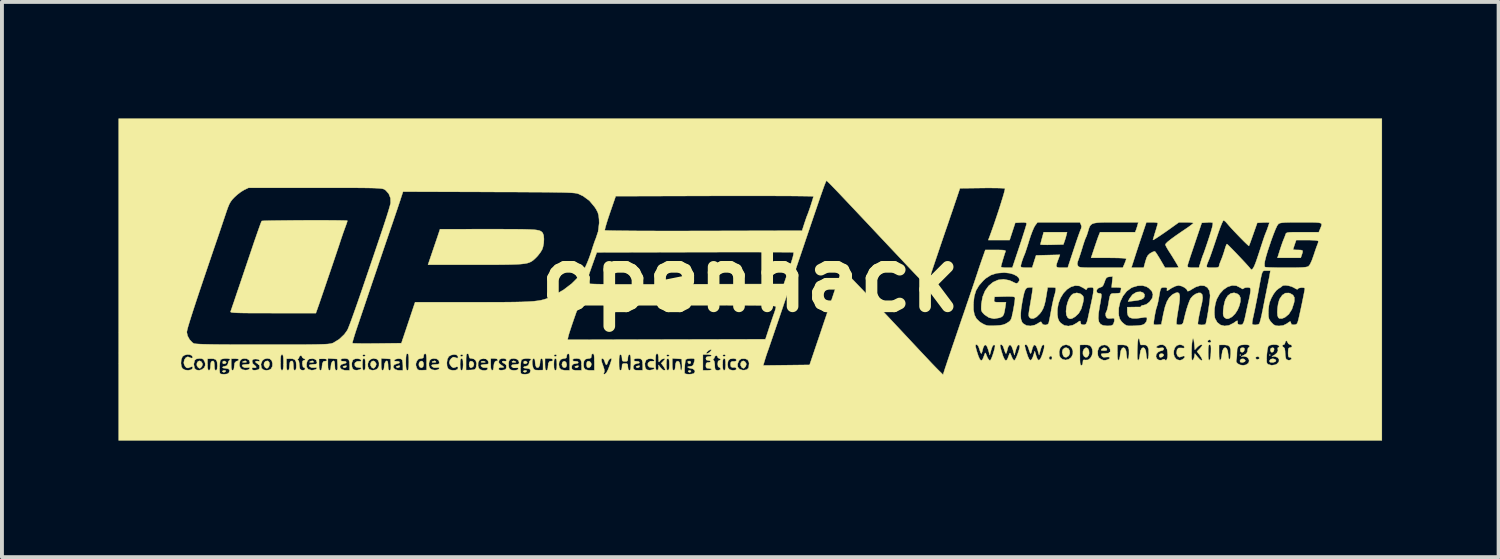
<source format=kicad_pcb>
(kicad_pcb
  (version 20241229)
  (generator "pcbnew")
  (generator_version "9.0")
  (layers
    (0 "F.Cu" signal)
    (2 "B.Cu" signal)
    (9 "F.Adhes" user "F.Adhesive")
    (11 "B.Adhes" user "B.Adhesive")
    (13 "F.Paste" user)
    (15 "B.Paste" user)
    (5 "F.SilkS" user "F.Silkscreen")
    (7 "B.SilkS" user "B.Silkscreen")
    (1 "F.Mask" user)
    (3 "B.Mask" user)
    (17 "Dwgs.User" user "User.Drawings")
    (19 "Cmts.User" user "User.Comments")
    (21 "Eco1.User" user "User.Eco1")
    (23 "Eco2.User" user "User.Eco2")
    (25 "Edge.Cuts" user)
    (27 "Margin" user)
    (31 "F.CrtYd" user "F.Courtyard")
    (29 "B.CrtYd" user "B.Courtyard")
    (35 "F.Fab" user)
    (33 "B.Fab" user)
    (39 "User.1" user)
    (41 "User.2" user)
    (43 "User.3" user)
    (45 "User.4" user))
  (footprint "openhack"
    (layer "F.Cu")
    (at 16.261 4.145)
    (property "Reference" "openhack" (at 0 0 0) (layer "F.SilkS") (effects (font (size 1.524 1.524) (thickness 0.3))))
    (attr through_hole)
    (fp_poly (pts (xy 12.624 1.943) (xy 12.611 1.956) (xy 12.598 1.943) (xy 12.611 1.93) (xy 12.624 1.943)) (stroke (width 0.01) (type solid)) (fill yes) (layer "F.SilkS"))
    (fp_poly (pts (xy 13.386 1.943) (xy 13.373 1.956) (xy 13.36 1.943) (xy 13.373 1.93) (xy 13.386 1.943)) (stroke (width 0.01) (type solid)) (fill yes) (layer "F.SilkS"))
    (fp_poly (pts (xy -1.547 2.101) (xy -1.529 2.13) (xy -1.543 2.162) (xy -1.577 2.168) (xy -1.597 2.15) (xy -1.613 2.117) (xy -1.589 2.1) (xy -1.547 2.101)) (stroke (width 0.01) (type solid)) (fill yes) (layer "F.SilkS"))
    (fp_poly (pts (xy -13.525 2.099) (xy -13.492 2.123) (xy -13.487 2.134) (xy -13.507 2.16) (xy -13.548 2.171) (xy -13.577 2.158) (xy -13.581 2.118) (xy -13.551 2.096) (xy -13.525 2.099)) (stroke (width 0.01) (type solid)) (fill yes) (layer "F.SilkS"))
    (fp_poly (pts (xy -13.502 2.347) (xy -13.5 2.362) (xy -13.537 2.386) (xy -13.552 2.388) (xy -13.585 2.373) (xy -13.589 2.362) (xy -13.568 2.342) (xy -13.537 2.337) (xy -13.502 2.347)) (stroke (width 0.01) (type solid)) (fill yes) (layer "F.SilkS"))
    (fp_poly (pts (xy -12.972 2.106) (xy -12.965 2.126) (xy -13.002 2.133) (xy -13.019 2.133) (xy -13.067 2.13) (xy -13.07 2.12) (xy -13.047 2.105) (xy -12.997 2.091) (xy -12.972 2.106)) (stroke (width 0.01) (type solid)) (fill yes) (layer "F.SilkS"))
    (fp_poly (pts (xy -11.245 2.106) (xy -11.238 2.126) (xy -11.275 2.133) (xy -11.292 2.133) (xy -11.34 2.13) (xy -11.342 2.12) (xy -11.32 2.105) (xy -11.27 2.091) (xy -11.245 2.106)) (stroke (width 0.01) (type solid)) (fill yes) (layer "F.SilkS"))
    (fp_poly (pts (xy -8.095 2.106) (xy -8.088 2.126) (xy -8.126 2.133) (xy -8.142 2.133) (xy -8.19 2.13) (xy -8.193 2.12) (xy -8.17 2.105) (xy -8.12 2.091) (xy -8.095 2.106)) (stroke (width 0.01) (type solid)) (fill yes) (layer "F.SilkS"))
    (fp_poly (pts (xy -6.83 2.11) (xy -6.817 2.127) (xy -6.85 2.133) (xy -6.864 2.133) (xy -6.915 2.13) (xy -6.934 2.124) (xy -6.914 2.104) (xy -6.87 2.099) (xy -6.83 2.11)) (stroke (width 0.01) (type solid)) (fill yes) (layer "F.SilkS"))
    (fp_poly (pts (xy -6.054 2.105) (xy -6.028 2.124) (xy -6.043 2.131) (xy -6.082 2.133) (xy -6.131 2.128) (xy -6.134 2.112) (xy -6.129 2.106) (xy -6.089 2.091) (xy -6.054 2.105)) (stroke (width 0.01) (type solid)) (fill yes) (layer "F.SilkS"))
    (fp_poly (pts (xy -5.778 2.099) (xy -5.745 2.123) (xy -5.74 2.134) (xy -5.76 2.16) (xy -5.801 2.171) (xy -5.83 2.158) (xy -5.834 2.118) (xy -5.804 2.096) (xy -5.778 2.099)) (stroke (width 0.01) (type solid)) (fill yes) (layer "F.SilkS"))
    (fp_poly (pts (xy -5.755 2.347) (xy -5.753 2.362) (xy -5.79 2.386) (xy -5.805 2.388) (xy -5.838 2.373) (xy -5.842 2.362) (xy -5.821 2.342) (xy -5.79 2.337) (xy -5.755 2.347)) (stroke (width 0.01) (type solid)) (fill yes) (layer "F.SilkS"))
    (fp_poly (pts (xy -1.528 2.351) (xy -1.524 2.362) (xy -1.545 2.385) (xy -1.562 2.388) (xy -1.596 2.374) (xy -1.6 2.362) (xy -1.58 2.34) (xy -1.562 2.337) (xy -1.528 2.351)) (stroke (width 0.01) (type solid)) (fill yes) (layer "F.SilkS"))
    (fp_poly (pts (xy -10.389 2.23) (xy -10.408 2.26) (xy -10.447 2.273) (xy -10.478 2.259) (xy -10.484 2.237) (xy -10.481 2.235) (xy -10.45 2.227) (xy -10.429 2.22) (xy -10.395 2.219) (xy -10.389 2.23)) (stroke (width 0.01) (type solid)) (fill yes) (layer "F.SilkS"))
    (fp_poly (pts (xy -9.017 2.23) (xy -9.036 2.26) (xy -9.076 2.273) (xy -9.107 2.259) (xy -9.113 2.237) (xy -9.109 2.235) (xy -9.078 2.227) (xy -9.057 2.22) (xy -9.023 2.219) (xy -9.017 2.23)) (stroke (width 0.01) (type solid)) (fill yes) (layer "F.SilkS"))
    (fp_poly (pts (xy -4.42 2.23) (xy -4.439 2.26) (xy -4.478 2.273) (xy -4.509 2.259) (xy -4.515 2.237) (xy -4.512 2.235) (xy -4.481 2.227) (xy -4.46 2.22) (xy -4.426 2.219) (xy -4.42 2.23)) (stroke (width 0.01) (type solid)) (fill yes) (layer "F.SilkS"))
    (fp_poly (pts (xy -2.845 2.23) (xy -2.864 2.26) (xy -2.904 2.273) (xy -2.934 2.259) (xy -2.94 2.237) (xy -2.937 2.235) (xy -2.906 2.227) (xy -2.885 2.22) (xy -2.851 2.219) (xy -2.845 2.23)) (stroke (width 0.01) (type solid)) (fill yes) (layer "F.SilkS"))
    (fp_poly (pts (xy 12.716 1.765) (xy 12.721 1.809) (xy 12.698 1.857) (xy 12.659 1.875) (xy 12.623 1.857) (xy 12.614 1.84) (xy 12.61 1.784) (xy 12.648 1.756) (xy 12.678 1.753) (xy 12.716 1.765)) (stroke (width 0.01) (type solid)) (fill yes) (layer "F.SilkS"))
    (fp_poly (pts (xy 13.478 1.765) (xy 13.483 1.808) (xy 13.462 1.859) (xy 13.427 1.875) (xy 13.403 1.863) (xy 13.384 1.817) (xy 13.397 1.773) (xy 13.437 1.753) (xy 13.438 1.753) (xy 13.478 1.765)) (stroke (width 0.01) (type solid)) (fill yes) (layer "F.SilkS"))
    (fp_poly (pts (xy -7.157 2.105) (xy -7.121 2.144) (xy -7.112 2.186) (xy -7.131 2.239) (xy -7.174 2.269) (xy -7.207 2.268) (xy -7.231 2.236) (xy -7.238 2.181) (xy -7.228 2.128) (xy -7.204 2.1) (xy -7.157 2.105)) (stroke (width 0.01) (type solid)) (fill yes) (layer "F.SilkS"))
    (fp_poly (pts (xy -4.741 2.13) (xy -4.725 2.19) (xy -4.724 2.199) (xy -4.741 2.252) (xy -4.78 2.272) (xy -4.823 2.254) (xy -4.85 2.196) (xy -4.837 2.135) (xy -4.818 2.112) (xy -4.776 2.101) (xy -4.741 2.13)) (stroke (width 0.01) (type solid)) (fill yes) (layer "F.SilkS"))
    (fp_poly (pts (xy -4.134 2.105) (xy -4.099 2.144) (xy -4.089 2.186) (xy -4.108 2.239) (xy -4.151 2.269) (xy -4.185 2.268) (xy -4.209 2.236) (xy -4.215 2.181) (xy -4.205 2.128) (xy -4.181 2.1) (xy -4.134 2.105)) (stroke (width 0.01) (type solid)) (fill yes) (layer "F.SilkS"))
    (fp_poly (pts (xy 9.165 1.771) (xy 9.179 1.791) (xy 9.177 1.817) (xy 9.139 1.828) (xy 9.102 1.829) (xy 9.044 1.826) (xy 9.029 1.814) (xy 9.042 1.791) (xy 9.091 1.758) (xy 9.119 1.753) (xy 9.165 1.771)) (stroke (width 0.01) (type solid)) (fill yes) (layer "F.SilkS"))
    (fp_poly (pts (xy 10.634 1.921) (xy 10.64 1.956) (xy 10.609 1.988) (xy 10.602 1.991) (xy 10.559 2.005) (xy 10.538 1.996) (xy 10.528 1.981) (xy 10.524 1.939) (xy 10.56 1.91) (xy 10.593 1.905) (xy 10.634 1.921)) (stroke (width 0.01) (type solid)) (fill yes) (layer "F.SilkS"))
    (fp_poly (pts (xy 12.722 2.055) (xy 12.745 2.087) (xy 12.726 2.116) (xy 12.675 2.133) (xy 12.659 2.134) (xy 12.611 2.124) (xy 12.603 2.09) (xy 12.603 2.089) (xy 12.632 2.047) (xy 12.685 2.039) (xy 12.722 2.055)) (stroke (width 0.01) (type solid)) (fill yes) (layer "F.SilkS"))
    (fp_poly (pts (xy -8.442 2.1) (xy -8.417 2.133) (xy -8.407 2.184) (xy -8.422 2.245) (xy -8.457 2.272) (xy -8.5 2.259) (xy -8.506 2.254) (xy -8.531 2.203) (xy -8.526 2.149) (xy -8.498 2.108) (xy -8.454 2.097) (xy -8.442 2.1)) (stroke (width 0.01) (type solid)) (fill yes) (layer "F.SilkS"))
    (fp_poly (pts (xy 13.508 2.053) (xy 13.51 2.054) (xy 13.533 2.086) (xy 13.514 2.115) (xy 13.461 2.132) (xy 13.433 2.134) (xy 13.379 2.127) (xy 13.364 2.102) (xy 13.365 2.089) (xy 13.394 2.051) (xy 13.449 2.037) (xy 13.508 2.053)) (stroke (width 0.01) (type solid)) (fill yes) (layer "F.SilkS"))
    (fp_poly (pts (xy -14.135 2.108) (xy -14.103 2.156) (xy -14.097 2.182) (xy -14.112 2.232) (xy -14.146 2.274) (xy -14.173 2.286) (xy -14.202 2.27) (xy -14.219 2.256) (xy -14.246 2.205) (xy -14.242 2.152) (xy -14.217 2.11) (xy -14.177 2.092) (xy -14.135 2.108)) (stroke (width 0.01) (type solid)) (fill yes) (layer "F.SilkS"))
    (fp_poly (pts (xy -12.411 2.098) (xy -12.38 2.133) (xy -12.374 2.188) (xy -12.391 2.245) (xy -12.425 2.281) (xy -12.446 2.286) (xy -12.475 2.27) (xy -12.492 2.256) (xy -12.519 2.202) (xy -12.512 2.147) (xy -12.48 2.105) (xy -12.429 2.093) (xy -12.411 2.098)) (stroke (width 0.01) (type solid)) (fill yes) (layer "F.SilkS"))
    (fp_poly (pts (xy -9.665 2.108) (xy -9.632 2.156) (xy -9.627 2.182) (xy -9.642 2.232) (xy -9.676 2.274) (xy -9.703 2.286) (xy -9.732 2.27) (xy -9.749 2.256) (xy -9.775 2.205) (xy -9.772 2.152) (xy -9.746 2.11) (xy -9.706 2.092) (xy -9.665 2.108)) (stroke (width 0.01) (type solid)) (fill yes) (layer "F.SilkS"))
    (fp_poly (pts (xy -0.14 2.108) (xy -0.107 2.156) (xy -0.102 2.182) (xy -0.117 2.232) (xy -0.151 2.274) (xy -0.178 2.286) (xy -0.207 2.27) (xy -0.224 2.256) (xy -0.25 2.205) (xy -0.247 2.152) (xy -0.221 2.11) (xy -0.181 2.092) (xy -0.14 2.108)) (stroke (width 0.01) (type solid)) (fill yes) (layer "F.SilkS"))
    (fp_poly (pts (xy 8.185 1.774) (xy 8.217 1.826) (xy 8.224 1.892) (xy 8.201 1.954) (xy 8.19 1.967) (xy 8.131 2.003) (xy 8.079 1.991) (xy 8.053 1.957) (xy 8.028 1.877) (xy 8.04 1.808) (xy 8.085 1.763) (xy 8.132 1.753) (xy 8.185 1.774)) (stroke (width 0.01) (type solid)) (fill yes) (layer "F.SilkS"))
    (fp_poly (pts (xy 8.691 1.775) (xy 8.716 1.829) (xy 8.722 1.896) (xy 8.712 1.943) (xy 8.675 1.996) (xy 8.627 2.001) (xy 8.59 1.976) (xy 8.562 1.92) (xy 8.563 1.852) (xy 8.588 1.792) (xy 8.633 1.756) (xy 8.654 1.753) (xy 8.691 1.775)) (stroke (width 0.01) (type solid)) (fill yes) (layer "F.SilkS"))
    (fp_poly (pts (xy 10.112 0.338) (xy 10.148 0.384) (xy 10.144 0.445) (xy 10.115 0.486) (xy 10.06 0.515) (xy 9.97 0.536) (xy 9.883 0.548) (xy 9.723 0.566) (xy 9.761 0.492) (xy 9.838 0.388) (xy 9.935 0.328) (xy 9.956 0.322) (xy 10.045 0.315) (xy 10.112 0.338)) (stroke (width 0.01) (type solid)) (fill yes) (layer "F.SilkS"))
    (fp_poly (pts (xy 8.137 -1.149) (xy 8.117 -1.075) (xy 8.091 -0.993) (xy 8.09 -0.991) (xy 8.059 -0.902) (xy 7.764 -0.895) (xy 7.648 -0.893) (xy 7.553 -0.894) (xy 7.49 -0.897) (xy 7.468 -0.901) (xy 7.474 -0.931) (xy 7.49 -0.995) (xy 7.51 -1.067) (xy 7.552 -1.219) (xy 8.154 -1.219) (xy 8.137 -1.149)) (stroke (width 0.01) (type solid)) (fill yes) (layer "F.SilkS"))
    (fp_poly (pts (xy 13.897 0.357) (xy 13.969 0.4) (xy 14.004 0.461) (xy 14.004 0.549) (xy 13.995 0.598) (xy 13.941 0.765) (xy 13.862 0.891) (xy 13.761 0.974) (xy 13.686 1.004) (xy 13.618 1.001) (xy 13.591 0.98) (xy 13.571 0.926) (xy 13.565 0.84) (xy 13.571 0.735) (xy 13.587 0.627) (xy 13.613 0.532) (xy 13.628 0.495) (xy 13.694 0.4) (xy 13.774 0.349) (xy 13.864 0.346) (xy 13.897 0.357)) (stroke (width 0.01) (type solid)) (fill yes) (layer "F.SilkS"))
    (fp_poly (pts (xy 8.495 0.365) (xy 8.549 0.408) (xy 8.573 0.442) (xy 8.58 0.484) (xy 8.573 0.55) (xy 8.563 0.6) (xy 8.519 0.755) (xy 8.454 0.87) (xy 8.363 0.956) (xy 8.358 0.959) (xy 8.282 1.003) (xy 8.228 1.012) (xy 8.181 0.989) (xy 8.168 0.976) (xy 8.136 0.912) (xy 8.127 0.817) (xy 8.138 0.706) (xy 8.166 0.592) (xy 8.208 0.487) (xy 8.261 0.406) (xy 8.308 0.367) (xy 8.404 0.343) (xy 8.495 0.365)) (stroke (width 0.01) (type solid)) (fill yes) (layer "F.SilkS"))
    (fp_poly (pts (xy 12.538 0.367) (xy 12.589 0.41) (xy 12.617 0.475) (xy 12.615 0.567) (xy 12.589 0.672) (xy 12.544 0.78) (xy 12.482 0.877) (xy 12.409 0.951) (xy 12.385 0.968) (xy 12.312 1.006) (xy 12.261 1.011) (xy 12.215 0.984) (xy 12.203 0.973) (xy 12.179 0.937) (xy 12.17 0.886) (xy 12.172 0.802) (xy 12.175 0.773) (xy 12.19 0.668) (xy 12.214 0.564) (xy 12.232 0.511) (xy 12.29 0.416) (xy 12.367 0.358) (xy 12.453 0.341) (xy 12.538 0.367)) (stroke (width 0.01) (type solid)) (fill yes) (layer "F.SilkS"))
    (fp_poly (pts (xy -6.444 -1.297) (xy -6.198 -1.296) (xy -5.994 -1.295) (xy -5.828 -1.293) (xy -5.695 -1.289) (xy -5.592 -1.284) (xy -5.514 -1.277) (xy -5.456 -1.267) (xy -5.414 -1.255) (xy -5.385 -1.24) (xy -5.363 -1.222) (xy -5.344 -1.2) (xy -5.341 -1.196) (xy -5.319 -1.136) (xy -5.311 -1.044) (xy -5.316 -0.939) (xy -5.335 -0.838) (xy -5.356 -0.775) (xy -5.402 -0.698) (xy -5.468 -0.613) (xy -5.512 -0.566) (xy -5.554 -0.526) (xy -5.593 -0.492) (xy -5.634 -0.464) (xy -5.681 -0.441) (xy -5.739 -0.422) (xy -5.813 -0.408) (xy -5.906 -0.398) (xy -6.024 -0.391) (xy -6.171 -0.386) (xy -6.352 -0.383) (xy -6.571 -0.381) (xy -6.833 -0.381) (xy -7.073 -0.381) (xy -8.295 -0.381) (xy -8.172 -0.743) (xy -8.126 -0.879) (xy -8.083 -1.005) (xy -8.047 -1.111) (xy -8.023 -1.184) (xy -8.017 -1.201) (xy -7.986 -1.296) (xy -6.736 -1.297) (xy -6.444 -1.297)) (stroke (width 0.01) (type solid)) (fill yes) (layer "F.SilkS"))
    (fp_poly (pts (xy -10.878 -1.525) (xy -10.712 -1.524) (xy -10.572 -1.522) (xy -10.464 -1.52) (xy -10.395 -1.518) (xy -10.371 -1.515) (xy -10.375 -1.489) (xy -10.394 -1.431) (xy -10.412 -1.382) (xy -10.441 -1.304) (xy -10.48 -1.195) (xy -10.522 -1.071) (xy -10.549 -0.991) (xy -10.579 -0.898) (xy -10.623 -0.767) (xy -10.677 -0.606) (xy -10.738 -0.425) (xy -10.804 -0.231) (xy -10.872 -0.032) (xy -10.938 0.162) (xy -11 0.344) (xy -11.055 0.505) (xy -11.1 0.636) (xy -11.133 0.729) (xy -11.138 0.743) (xy -11.181 0.864) (xy -12.286 0.864) (xy -12.554 0.863) (xy -12.775 0.863) (xy -12.954 0.862) (xy -13.095 0.86) (xy -13.202 0.857) (xy -13.279 0.853) (xy -13.331 0.848) (xy -13.362 0.842) (xy -13.376 0.834) (xy -13.377 0.825) (xy -13.371 0.81) (xy -13.361 0.781) (xy -13.345 0.735) (xy -13.323 0.669) (xy -13.292 0.58) (xy -13.253 0.464) (xy -13.204 0.318) (xy -13.143 0.139) (xy -13.07 -0.077) (xy -12.984 -0.332) (xy -12.883 -0.631) (xy -12.826 -0.8) (xy -12.766 -0.978) (xy -12.71 -1.139) (xy -12.661 -1.279) (xy -12.621 -1.391) (xy -12.592 -1.468) (xy -12.576 -1.505) (xy -12.575 -1.507) (xy -12.547 -1.51) (xy -12.475 -1.513) (xy -12.365 -1.516) (xy -12.223 -1.518) (xy -12.055 -1.52) (xy -11.869 -1.522) (xy -11.671 -1.524) (xy -11.466 -1.525) (xy -11.261 -1.525) (xy -11.063 -1.525) (xy -10.878 -1.525)) (stroke (width 0.01) (type solid)) (fill yes) (layer "F.SilkS"))
    (fp_poly (pts (xy 16.256 4.14) (xy -16.256 4.14) (xy -16.256 2.154) (xy -14.654 2.154) (xy -14.641 2.24) (xy -14.614 2.29) (xy -14.551 2.327) (xy -14.466 2.336) (xy -14.391 2.321) (xy -14.356 2.288) (xy -14.351 2.268) (xy -14.355 2.246) (xy -14.373 2.242) (xy -14.418 2.257) (xy -14.468 2.277) (xy -14.51 2.271) (xy -14.55 2.23) (xy -14.571 2.178) (xy -14.324 2.178) (xy -14.304 2.277) (xy -14.299 2.289) (xy -14.253 2.328) (xy -14.186 2.336) (xy -14.115 2.317) (xy -14.059 2.272) (xy -14.049 2.258) (xy -14.026 2.201) (xy -14.032 2.146) (xy -14.045 2.112) (xy -14.074 2.058) (xy -14.107 2.04) (xy -13.97 2.04) (xy -13.97 2.189) (xy -13.967 2.276) (xy -13.956 2.322) (xy -13.935 2.337) (xy -13.932 2.337) (xy -13.907 2.321) (xy -13.895 2.27) (xy -13.894 2.225) (xy -13.885 2.141) (xy -13.861 2.101) (xy -13.858 2.1) (xy -13.821 2.095) (xy -13.801 2.122) (xy -13.793 2.188) (xy -13.792 2.227) (xy -13.787 2.301) (xy -13.769 2.333) (xy -13.754 2.337) (xy -13.73 2.323) (xy -13.718 2.275) (xy -13.718 2.261) (xy -13.66 2.261) (xy -13.659 2.343) (xy -13.653 2.403) (xy -13.648 2.419) (xy -13.618 2.432) (xy -13.557 2.438) (xy -13.538 2.438) (xy -13.457 2.428) (xy -13.416 2.395) (xy -13.416 2.394) (xy -13.401 2.334) (xy -13.431 2.298) (xy -13.502 2.286) (xy -13.566 2.278) (xy -13.587 2.26) (xy -13.565 2.24) (xy -13.519 2.231) (xy -13.465 2.212) (xy -13.443 2.164) (xy -13.441 2.153) (xy -13.428 2.102) (xy -13.41 2.083) (xy -13.386 2.063) (xy -13.386 2.057) (xy -13.408 2.041) (xy -13.426 2.038) (xy -13.36 2.038) (xy -13.36 2.187) (xy -13.357 2.275) (xy -13.347 2.321) (xy -13.326 2.337) (xy -13.322 2.337) (xy -13.296 2.32) (xy -13.285 2.264) (xy -13.284 2.237) (xy -13.271 2.152) (xy -13.148 2.152) (xy -13.146 2.225) (xy -13.119 2.285) (xy -13.117 2.288) (xy -13.065 2.32) (xy -12.996 2.332) (xy -12.931 2.325) (xy -12.888 2.299) (xy -12.887 2.297) (xy -12.827 2.297) (xy -12.816 2.325) (xy -12.775 2.334) (xy -12.732 2.332) (xy -12.667 2.321) (xy -12.638 2.296) (xy -12.629 2.259) (xy -12.636 2.203) (xy -12.669 2.177) (xy -12.596 2.177) (xy -12.582 2.267) (xy -12.572 2.288) (xy -12.527 2.324) (xy -12.458 2.337) (xy -12.385 2.327) (xy -12.334 2.297) (xy -12.3 2.231) (xy -12.298 2.146) (xy -12.302 2.134) (xy -12.09 2.134) (xy -12.089 2.238) (xy -12.082 2.3) (xy -12.069 2.33) (xy -12.052 2.337) (xy -12.033 2.327) (xy -12.021 2.293) (xy -12.015 2.224) (xy -12.014 2.134) (xy -12.016 2.04) (xy -11.938 2.04) (xy -11.938 2.189) (xy -11.935 2.276) (xy -11.924 2.322) (xy -11.903 2.337) (xy -11.9 2.337) (xy -11.875 2.321) (xy -11.863 2.27) (xy -11.862 2.225) (xy -11.853 2.141) (xy -11.829 2.101) (xy -11.826 2.1) (xy -11.789 2.095) (xy -11.769 2.122) (xy -11.761 2.188) (xy -11.76 2.227) (xy -11.755 2.301) (xy -11.737 2.333) (xy -11.722 2.337) (xy -11.698 2.323) (xy -11.686 2.275) (xy -11.684 2.213) (xy -11.692 2.117) (xy -11.723 2.062) (xy -11.73 2.059) (xy -11.658 2.059) (xy -11.64 2.072) (xy -11.618 2.105) (xy -11.608 2.166) (xy -11.608 2.172) (xy -11.603 2.243) (xy -11.592 2.296) (xy -11.592 2.297) (xy -11.561 2.327) (xy -11.514 2.336) (xy -11.471 2.326) (xy -11.455 2.299) (xy -11.472 2.269) (xy -11.487 2.267) (xy -11.512 2.249) (xy -11.526 2.187) (xy -11.527 2.178) (xy -11.527 2.163) (xy -11.421 2.163) (xy -11.418 2.252) (xy -11.376 2.31) (xy -11.297 2.333) (xy -11.257 2.332) (xy -11.194 2.318) (xy -11.158 2.293) (xy -11.156 2.288) (xy -11.159 2.265) (xy -11.197 2.264) (xy -11.22 2.268) (xy -11.291 2.268) (xy -11.34 2.24) (xy -11.354 2.205) (xy -11.331 2.192) (xy -11.275 2.185) (xy -11.252 2.184) (xy -11.185 2.18) (xy -11.155 2.161) (xy -11.151 2.139) (xy -11.172 2.074) (xy -11.231 2.038) (xy -11.1 2.038) (xy -11.1 2.187) (xy -11.097 2.275) (xy -11.086 2.321) (xy -11.065 2.337) (xy -11.062 2.337) (xy -11.035 2.319) (xy -11.024 2.261) (xy -11.024 2.24) (xy -11.016 2.183) (xy -10.871 2.183) (xy -10.868 2.272) (xy -10.858 2.32) (xy -10.838 2.336) (xy -10.833 2.337) (xy -10.806 2.319) (xy -10.796 2.263) (xy -10.795 2.238) (xy -10.786 2.167) (xy -10.762 2.115) (xy -10.732 2.092) (xy -10.71 2.1) (xy -10.7 2.134) (xy -10.694 2.198) (xy -10.693 2.227) (xy -10.688 2.3) (xy -10.671 2.332) (xy -10.654 2.337) (xy -10.632 2.327) (xy -10.621 2.292) (xy -10.621 2.226) (xy -10.56 2.226) (xy -10.556 2.271) (xy -10.517 2.311) (xy -10.446 2.334) (xy -10.411 2.337) (xy -10.312 2.337) (xy -10.312 2.225) (xy -10.315 2.152) (xy -10.258 2.152) (xy -10.252 2.244) (xy -10.235 2.289) (xy -10.201 2.324) (xy -10.143 2.333) (xy -10.116 2.332) (xy -10.053 2.318) (xy -10.016 2.295) (xy -10.013 2.291) (xy -10.022 2.267) (xy -10.071 2.266) (xy -10.138 2.256) (xy -10.178 2.217) (xy -10.179 2.184) (xy -9.982 2.184) (xy -9.979 2.273) (xy -9.969 2.32) (xy -9.949 2.336) (xy -9.944 2.337) (xy -9.922 2.325) (xy -9.91 2.284) (xy -9.906 2.203) (xy -9.906 2.184) (xy -9.907 2.166) (xy -9.844 2.166) (xy -9.841 2.243) (xy -9.811 2.304) (xy -9.796 2.317) (xy -9.726 2.336) (xy -9.647 2.324) (xy -9.597 2.295) (xy -9.558 2.228) (xy -9.556 2.183) (xy -9.5 2.183) (xy -9.497 2.272) (xy -9.487 2.32) (xy -9.467 2.336) (xy -9.461 2.337) (xy -9.435 2.319) (xy -9.424 2.263) (xy -9.423 2.238) (xy -9.414 2.167) (xy -9.39 2.115) (xy -9.36 2.092) (xy -9.339 2.1) (xy -9.328 2.134) (xy -9.322 2.198) (xy -9.322 2.227) (xy -9.317 2.3) (xy -9.299 2.332) (xy -9.282 2.337) (xy -9.26 2.327) (xy -9.25 2.292) (xy -9.249 2.226) (xy -9.188 2.226) (xy -9.184 2.271) (xy -9.145 2.311) (xy -9.075 2.334) (xy -9.039 2.337) (xy -8.941 2.337) (xy -8.941 2.216) (xy -8.946 2.137) (xy -8.949 2.121) (xy -8.865 2.121) (xy -8.863 2.229) (xy -8.857 2.295) (xy -8.845 2.328) (xy -8.826 2.337) (xy -8.807 2.328) (xy -8.796 2.294) (xy -8.79 2.227) (xy -8.79 2.207) (xy -8.607 2.207) (xy -8.586 2.271) (xy -8.586 2.272) (xy -8.564 2.312) (xy -8.529 2.331) (xy -8.464 2.333) (xy -8.446 2.333) (xy -8.331 2.329) (xy -8.331 2.152) (xy -8.271 2.152) (xy -8.269 2.225) (xy -8.243 2.285) (xy -8.24 2.288) (xy -8.188 2.32) (xy -8.12 2.332) (xy -8.054 2.325) (xy -8.011 2.299) (xy -8.006 2.288) (xy -8.009 2.265) (xy -8.048 2.264) (xy -8.07 2.268) (xy -8.141 2.268) (xy -8.191 2.24) (xy -8.204 2.205) (xy -8.182 2.192) (xy -8.125 2.185) (xy -8.103 2.184) (xy -8.035 2.18) (xy -8.006 2.161) (xy -8.001 2.14) (xy -7.81 2.14) (xy -7.804 2.229) (xy -7.776 2.295) (xy -7.728 2.324) (xy -7.659 2.337) (xy -7.59 2.333) (xy -7.539 2.313) (xy -7.527 2.298) (xy -7.522 2.253) (xy -7.552 2.243) (xy -7.592 2.259) (xy -7.639 2.273) (xy -7.682 2.249) (xy -7.696 2.236) (xy -7.731 2.184) (xy -7.468 2.184) (xy -7.465 2.273) (xy -7.454 2.32) (xy -7.434 2.336) (xy -7.429 2.337) (xy -7.407 2.325) (xy -7.396 2.284) (xy -7.391 2.203) (xy -7.391 2.184) (xy -7.394 2.118) (xy -7.315 2.118) (xy -7.315 2.331) (xy -7.195 2.328) (xy -7.121 2.322) (xy -7.082 2.306) (xy -7.061 2.271) (xy -7.054 2.248) (xy -7.051 2.222) (xy -7.006 2.222) (xy -6.984 2.288) (xy -6.946 2.32) (xy -6.887 2.337) (xy -6.824 2.339) (xy -6.775 2.324) (xy -6.756 2.296) (xy -6.77 2.267) (xy -6.812 2.269) (xy -6.872 2.268) (xy -6.919 2.241) (xy -6.934 2.207) (xy -6.912 2.193) (xy -6.855 2.185) (xy -6.833 2.184) (xy -6.761 2.178) (xy -6.734 2.153) (xy -6.746 2.103) (xy -6.757 2.081) (xy -6.803 2.043) (xy -6.871 2.033) (xy -6.94 2.05) (xy -6.97 2.072) (xy -7.004 2.138) (xy -7.006 2.222) (xy -7.051 2.222) (xy -7.044 2.154) (xy -7.068 2.081) (xy -7.122 2.039) (xy -7.162 2.032) (xy -6.68 2.032) (xy -6.68 2.184) (xy -6.677 2.273) (xy -6.667 2.32) (xy -6.647 2.336) (xy -6.642 2.337) (xy -6.615 2.319) (xy -6.611 2.299) (xy -6.477 2.299) (xy -6.465 2.326) (xy -6.422 2.334) (xy -6.382 2.332) (xy -6.318 2.322) (xy -6.288 2.297) (xy -6.278 2.254) (xy -6.283 2.198) (xy -6.296 2.187) (xy -6.222 2.187) (xy -6.214 2.26) (xy -6.193 2.306) (xy -6.147 2.33) (xy -6.083 2.338) (xy -6.021 2.332) (xy -5.978 2.314) (xy -5.969 2.296) (xy -5.984 2.266) (xy -6.022 2.269) (xy -6.092 2.273) (xy -6.114 2.261) (xy -5.913 2.261) (xy -5.912 2.343) (xy -5.906 2.403) (xy -5.901 2.419) (xy -5.871 2.432) (xy -5.81 2.438) (xy -5.791 2.438) (xy -5.71 2.428) (xy -5.669 2.395) (xy -5.669 2.394) (xy -5.654 2.334) (xy -5.684 2.298) (xy -5.755 2.286) (xy -5.819 2.278) (xy -5.84 2.26) (xy -5.818 2.24) (xy -5.772 2.231) (xy -5.718 2.212) (xy -5.696 2.164) (xy -5.694 2.153) (xy -5.683 2.11) (xy -5.613 2.11) (xy -5.61 2.185) (xy -5.591 2.264) (xy -5.589 2.271) (xy -5.567 2.311) (xy -5.531 2.329) (xy -5.463 2.333) (xy -5.449 2.333) (xy -5.334 2.33) (xy -5.334 2.181) (xy -5.337 2.094) (xy -5.348 2.047) (xy -5.369 2.032) (xy -5.372 2.032) (xy -5.283 2.032) (xy -5.283 2.184) (xy -5.28 2.273) (xy -5.27 2.32) (xy -5.25 2.336) (xy -5.245 2.337) (xy -5.218 2.319) (xy -5.207 2.261) (xy -5.207 2.24) (xy -5.2 2.184) (xy -5.055 2.184) (xy -5.052 2.273) (xy -5.041 2.32) (xy -5.021 2.336) (xy -5.016 2.337) (xy -4.994 2.325) (xy -4.982 2.284) (xy -4.978 2.203) (xy -4.978 2.184) (xy -4.928 2.184) (xy -4.913 2.269) (xy -4.867 2.318) (xy -4.782 2.336) (xy -4.762 2.337) (xy -4.648 2.337) (xy -4.648 2.246) (xy -4.597 2.246) (xy -4.591 2.298) (xy -4.564 2.325) (xy -4.506 2.336) (xy -4.453 2.337) (xy -4.343 2.337) (xy -4.343 2.225) (xy -4.345 2.184) (xy -4.293 2.184) (xy -4.282 2.267) (xy -4.244 2.315) (xy -4.171 2.335) (xy -4.122 2.337) (xy -4.013 2.337) (xy -4.013 2.121) (xy -4.014 2.073) (xy -3.833 2.073) (xy -3.818 2.137) (xy -3.787 2.223) (xy -3.758 2.314) (xy -3.755 2.373) (xy -3.764 2.397) (xy -3.776 2.431) (xy -3.752 2.436) (xy -3.744 2.434) (xy -3.707 2.405) (xy -3.679 2.355) (xy -1.692 2.355) (xy -1.69 2.406) (xy -1.687 2.416) (xy -1.653 2.431) (xy -1.591 2.437) (xy -1.521 2.434) (xy -1.464 2.422) (xy -1.452 2.416) (xy -1.423 2.376) (xy -1.434 2.332) (xy -1.477 2.299) (xy -1.512 2.29) (xy -1.577 2.277) (xy -1.611 2.259) (xy -1.607 2.243) (xy -1.561 2.235) (xy -1.556 2.235) (xy -1.494 2.225) (xy -1.464 2.188) (xy -1.46 2.178) (xy -1.437 2.097) (xy -1.432 2.053) (xy -1.452 2.035) (xy -1.501 2.032) (xy -1.536 2.032) (xy -1.615 2.039) (xy -1.659 2.057) (xy -1.663 2.064) (xy -1.674 2.115) (xy -1.683 2.192) (xy -1.689 2.277) (xy -1.692 2.355) (xy -3.679 2.355) (xy -3.665 2.329) (xy -3.628 2.236) (xy -3.596 2.147) (xy -3.592 2.134) (xy -3.378 2.134) (xy -3.376 2.238) (xy -3.37 2.3) (xy -3.357 2.33) (xy -3.34 2.337) (xy -3.312 2.318) (xy -3.302 2.256) (xy -3.302 2.248) (xy -3.298 2.188) (xy -3.276 2.164) (xy -3.226 2.159) (xy -3.175 2.164) (xy -3.154 2.189) (xy -3.15 2.248) (xy -3.141 2.314) (xy -3.115 2.337) (xy -3.111 2.337) (xy -3.092 2.327) (xy -3.08 2.293) (xy -3.075 2.226) (xy -3.011 2.226) (xy -3.01 2.285) (xy -2.989 2.318) (xy -2.945 2.334) (xy -2.881 2.337) (xy -2.769 2.337) (xy -2.769 2.225) (xy -2.771 2.156) (xy -2.714 2.156) (xy -2.707 2.249) (xy -2.691 2.289) (xy -2.657 2.324) (xy -2.599 2.333) (xy -2.572 2.332) (xy -2.509 2.318) (xy -2.472 2.295) (xy -2.47 2.291) (xy -2.479 2.267) (xy -2.528 2.266) (xy -2.595 2.256) (xy -2.634 2.217) (xy -2.636 2.162) (xy -2.626 2.14) (xy -2.598 2.121) (xy -2.438 2.121) (xy -2.437 2.229) (xy -2.431 2.295) (xy -2.419 2.328) (xy -2.4 2.337) (xy -2.37 2.314) (xy -2.361 2.267) (xy -2.361 2.197) (xy -2.308 2.267) (xy -2.263 2.315) (xy -2.223 2.337) (xy -2.22 2.337) (xy -2.191 2.331) (xy -2.191 2.307) (xy -2.221 2.256) (xy -2.238 2.231) (xy -2.271 2.184) (xy -2.159 2.184) (xy -2.156 2.273) (xy -2.146 2.32) (xy -2.125 2.336) (xy -2.121 2.337) (xy -2.099 2.325) (xy -2.087 2.284) (xy -2.083 2.203) (xy -2.083 2.184) (xy -2.083 2.183) (xy -2.007 2.183) (xy -2.004 2.272) (xy -1.994 2.32) (xy -1.974 2.336) (xy -1.968 2.337) (xy -1.941 2.319) (xy -1.931 2.261) (xy -1.93 2.24) (xy -1.923 2.169) (xy -1.905 2.119) (xy -1.901 2.114) (xy -1.861 2.098) (xy -1.828 2.124) (xy -1.807 2.186) (xy -1.803 2.238) (xy -1.797 2.301) (xy -1.782 2.335) (xy -1.777 2.337) (xy -1.762 2.313) (xy -1.756 2.247) (xy -1.758 2.191) (xy -1.765 2.045) (xy -2.007 2.029) (xy -2.007 2.183) (xy -2.083 2.183) (xy -2.086 2.096) (xy -2.096 2.048) (xy -2.116 2.032) (xy -2.121 2.032) (xy -2.143 2.044) (xy -2.155 2.085) (xy -2.159 2.166) (xy -2.159 2.184) (xy -2.271 2.184) (xy -2.292 2.156) (xy -2.234 2.094) (xy -2.196 2.052) (xy -2.193 2.035) (xy -2.223 2.032) (xy -2.228 2.032) (xy -2.281 2.052) (xy -2.32 2.089) (xy -2.344 2.12) (xy -2.356 2.12) (xy -2.36 2.08) (xy -2.361 2.026) (xy -2.366 1.956) (xy -2.159 1.956) (xy -2.138 1.978) (xy -2.121 1.981) (xy -2.087 1.967) (xy -2.083 1.956) (xy -2.103 1.933) (xy -2.121 1.93) (xy -1.219 1.93) (xy -1.219 2.337) (xy -1.105 2.337) (xy -1.037 2.332) (xy -0.996 2.319) (xy -0.991 2.311) (xy -1.013 2.294) (xy -1.066 2.286) (xy -1.067 2.286) (xy -1.121 2.28) (xy -1.141 2.25) (xy -1.143 2.21) (xy -1.136 2.155) (xy -1.107 2.135) (xy -1.079 2.134) (xy -1.032 2.125) (xy -1.016 2.108) (xy -1.038 2.089) (xy -1.079 2.083) (xy -1.129 2.071) (xy -1.133 2.059) (xy -0.965 2.059) (xy -0.946 2.072) (xy -0.926 2.106) (xy -0.915 2.172) (xy -0.914 2.195) (xy -0.911 2.266) (xy -0.902 2.313) (xy -0.897 2.32) (xy -0.856 2.337) (xy -0.805 2.334) (xy -0.768 2.314) (xy -0.762 2.299) (xy -0.782 2.265) (xy -0.8 2.261) (xy -0.828 2.241) (xy -0.837 2.184) (xy -0.711 2.184) (xy -0.708 2.273) (xy -0.698 2.32) (xy -0.678 2.336) (xy -0.673 2.337) (xy -0.651 2.325) (xy -0.639 2.284) (xy -0.635 2.203) (xy -0.635 2.184) (xy -0.584 2.184) (xy -0.572 2.271) (xy -0.53 2.32) (xy -0.453 2.337) (xy -0.439 2.337) (xy -0.377 2.328) (xy -0.356 2.3) (xy -0.356 2.297) (xy -0.376 2.266) (xy -0.4 2.262) (xy -0.468 2.263) (xy -0.5 2.24) (xy -0.508 2.186) (xy -0.508 2.184) (xy -0.507 2.174) (xy -0.328 2.174) (xy -0.322 2.25) (xy -0.276 2.306) (xy -0.197 2.332) (xy -0.156 2.332) (xy -0.089 2.318) (xy -0.052 2.282) (xy -0.04 2.254) (xy -0.036 2.211) (xy 0.333 2.211) (xy 0.93 2.204) (xy 1.527 2.197) (xy 1.729 1.6) (xy 1.8 1.392) (xy 1.88 1.153) (xy 1.965 0.902) (xy 2.048 0.655) (xy 2.124 0.43) (xy 2.142 0.375) (xy 2.199 0.206) (xy 2.252 0.053) (xy 2.297 -0.077) (xy 2.332 -0.178) (xy 2.356 -0.244) (xy 2.366 -0.267) (xy 2.386 -0.251) (xy 2.439 -0.201) (xy 2.522 -0.117) (xy 2.635 -0.002) (xy 2.774 0.143) (xy 2.938 0.314) (xy 3.126 0.512) (xy 3.335 0.732) (xy 3.563 0.974) (xy 3.809 1.236) (xy 4.07 1.515) (xy 4.328 1.791) (xy 4.453 1.924) (xy 4.572 2.05) (xy 4.679 2.164) (xy 4.769 2.257) (xy 4.834 2.323) (xy 4.859 2.348) (xy 4.962 2.449) (xy 5.018 2.272) (xy 5.039 2.211) (xy 5.073 2.107) (xy 5.12 1.967) (xy 5.178 1.797) (xy 5.214 1.69) (xy 5.795 1.69) (xy 5.798 1.722) (xy 5.814 1.786) (xy 5.832 1.85) (xy 5.873 1.977) (xy 5.909 2.054) (xy 5.941 2.084) (xy 5.971 2.068) (xy 5.993 2.026) (xy 6.019 1.957) (xy 6.033 1.918) (xy 6.047 1.888) (xy 6.061 1.899) (xy 6.077 1.943) (xy 6.114 2.028) (xy 6.153 2.076) (xy 6.173 2.083) (xy 6.192 2.061) (xy 6.218 2.003) (xy 6.246 1.925) (xy 6.272 1.84) (xy 6.292 1.763) (xy 6.301 1.707) (xy 6.298 1.69) (xy 6.43 1.69) (xy 6.433 1.722) (xy 6.449 1.786) (xy 6.467 1.85) (xy 6.508 1.977) (xy 6.544 2.054) (xy 6.576 2.084) (xy 6.606 2.068) (xy 6.628 2.026) (xy 6.654 1.957) (xy 6.668 1.918) (xy 6.682 1.894) (xy 6.697 1.907) (xy 6.719 1.963) (xy 6.723 1.975) (xy 6.753 2.04) (xy 6.783 2.078) (xy 6.794 2.083) (xy 6.818 2.061) (xy 6.848 2.004) (xy 6.879 1.926) (xy 6.908 1.842) (xy 6.93 1.764) (xy 6.938 1.708) (xy 6.933 1.69) (xy 7.065 1.69) (xy 7.068 1.722) (xy 7.084 1.786) (xy 7.102 1.85) (xy 7.143 1.975) (xy 7.178 2.051) (xy 7.211 2.079) (xy 7.243 2.058) (xy 7.275 1.992) (xy 7.287 1.955) (xy 7.323 1.844) (xy 7.359 1.965) (xy 7.389 2.045) (xy 7.421 2.077) (xy 7.455 2.06) (xy 7.479 2.017) (xy 7.684 2.017) (xy 7.7 2.049) (xy 7.735 2.068) (xy 7.762 2.05) (xy 7.767 2.006) (xy 7.763 1.993) (xy 7.743 1.965) (xy 7.71 1.981) (xy 7.708 1.982) (xy 7.684 2.017) (xy 7.479 2.017) (xy 7.492 1.993) (xy 7.531 1.886) (xy 7.534 1.873) (xy 7.951 1.873) (xy 7.957 1.957) (xy 7.983 2.01) (xy 8.036 2.052) (xy 8.039 2.053) (xy 8.117 2.072) (xy 8.2 2.05) (xy 8.261 2.003) (xy 8.302 1.922) (xy 8.304 1.836) (xy 8.273 1.758) (xy 8.214 1.7) (xy 8.155 1.683) (xy 8.484 1.683) (xy 8.484 1.946) (xy 8.485 2.067) (xy 8.489 2.146) (xy 8.498 2.19) (xy 8.512 2.208) (xy 8.522 2.21) (xy 8.552 2.187) (xy 8.56 2.133) (xy 8.561 2.121) (xy 12.509 2.121) (xy 12.547 2.166) (xy 12.611 2.198) (xy 12.689 2.208) (xy 12.762 2.194) (xy 12.821 2.152) (xy 12.841 2.094) (xy 12.826 2.037) (xy 12.807 2.019) (xy 13.005 2.019) (xy 13.026 2.05) (xy 13.056 2.057) (xy 13.057 2.057) (xy 13.29 2.057) (xy 13.292 2.122) (xy 13.303 2.159) (xy 13.325 2.18) (xy 13.328 2.182) (xy 13.417 2.207) (xy 13.512 2.194) (xy 13.558 2.17) (xy 13.606 2.115) (xy 13.61 2.056) (xy 13.576 2.007) (xy 13.508 1.981) (xy 13.489 1.98) (xy 13.424 1.979) (xy 13.492 1.942) (xy 13.551 1.893) (xy 13.582 1.834) (xy 13.577 1.78) (xy 13.576 1.778) (xy 13.578 1.755) (xy 13.588 1.753) (xy 13.611 1.732) (xy 13.614 1.714) (xy 13.603 1.703) (xy 13.691 1.703) (xy 13.711 1.734) (xy 13.729 1.743) (xy 13.754 1.773) (xy 13.765 1.84) (xy 13.767 1.89) (xy 13.773 1.971) (xy 13.787 2.034) (xy 13.798 2.053) (xy 13.844 2.076) (xy 13.895 2.073) (xy 13.928 2.048) (xy 13.932 2.032) (xy 13.912 2.003) (xy 13.887 2.001) (xy 13.861 1.998) (xy 13.847 1.969) (xy 13.843 1.904) (xy 13.843 1.881) (xy 13.846 1.804) (xy 13.857 1.766) (xy 13.881 1.753) (xy 13.894 1.753) (xy 13.935 1.737) (xy 13.945 1.714) (xy 13.924 1.683) (xy 13.897 1.676) (xy 13.852 1.655) (xy 13.836 1.626) (xy 13.813 1.584) (xy 13.795 1.575) (xy 13.772 1.596) (xy 13.767 1.626) (xy 13.751 1.667) (xy 13.729 1.676) (xy 13.695 1.691) (xy 13.691 1.703) (xy 13.603 1.703) (xy 13.592 1.691) (xy 13.538 1.677) (xy 13.467 1.675) (xy 13.398 1.684) (xy 13.346 1.704) (xy 13.336 1.713) (xy 13.32 1.755) (xy 13.306 1.832) (xy 13.296 1.93) (xy 13.294 1.953) (xy 13.29 2.057) (xy 13.057 2.057) (xy 13.097 2.042) (xy 13.106 2.019) (xy 13.085 1.988) (xy 13.056 1.981) (xy 13.014 1.997) (xy 13.005 2.019) (xy 12.807 2.019) (xy 12.779 1.994) (xy 12.718 1.979) (xy 12.636 1.978) (xy 12.7 1.948) (xy 12.768 1.907) (xy 12.797 1.855) (xy 12.801 1.81) (xy 12.811 1.765) (xy 12.827 1.753) (xy 12.85 1.732) (xy 12.852 1.714) (xy 12.839 1.69) (xy 12.791 1.679) (xy 12.727 1.676) (xy 12.625 1.686) (xy 12.563 1.718) (xy 12.532 1.783) (xy 12.526 1.887) (xy 12.526 1.888) (xy 12.524 1.973) (xy 12.516 2.044) (xy 12.509 2.068) (xy 12.509 2.121) (xy 8.561 2.121) (xy 8.565 2.081) (xy 8.587 2.066) (xy 8.622 2.072) (xy 8.693 2.068) (xy 8.752 2.025) (xy 8.793 1.956) (xy 8.811 1.873) (xy 8.941 1.873) (xy 8.948 1.957) (xy 8.973 2.01) (xy 9.027 2.051) (xy 9.03 2.052) (xy 9.091 2.078) (xy 9.15 2.076) (xy 9.207 2.057) (xy 9.254 2.03) (xy 9.255 2.005) (xy 9.219 1.992) (xy 9.157 1.996) (xy 9.094 2.001) (xy 9.058 1.98) (xy 9.044 1.958) (xy 9.03 1.926) (xy 9.042 1.91) (xy 9.089 1.905) (xy 9.131 1.905) (xy 9.22 1.894) (xy 9.264 1.861) (xy 9.264 1.803) (xy 9.243 1.755) (xy 9.186 1.698) (xy 9.131 1.683) (xy 9.449 1.683) (xy 9.449 1.885) (xy 9.451 1.991) (xy 9.458 2.053) (xy 9.472 2.077) (xy 9.481 2.077) (xy 9.501 2.046) (xy 9.516 1.979) (xy 9.52 1.937) (xy 9.537 1.833) (xy 9.568 1.77) (xy 9.606 1.749) (xy 9.643 1.771) (xy 9.672 1.837) (xy 9.682 1.917) (xy 9.693 2.011) (xy 9.709 2.056) (xy 9.726 2.051) (xy 9.741 1.997) (xy 9.747 1.928) (xy 9.96 1.928) (xy 9.962 2.013) (xy 9.969 2.06) (xy 9.981 2.077) (xy 9.988 2.077) (xy 10.009 2.046) (xy 10.024 1.976) (xy 10.028 1.937) (xy 10.045 1.833) (xy 10.076 1.77) (xy 10.114 1.749) (xy 10.151 1.771) (xy 10.18 1.837) (xy 10.19 1.917) (xy 10.201 2.011) (xy 10.217 2.056) (xy 10.234 2.051) (xy 10.249 1.997) (xy 10.25 1.983) (xy 10.442 1.983) (xy 10.465 2.037) (xy 10.512 2.072) (xy 10.574 2.077) (xy 10.617 2.058) (xy 10.658 2.05) (xy 10.671 2.062) (xy 10.698 2.082) (xy 10.722 2.059) (xy 10.739 2.001) (xy 10.744 1.922) (xy 10.743 1.913) (xy 10.898 1.913) (xy 10.919 1.99) (xy 10.966 2.048) (xy 10.998 2.065) (xy 11.06 2.079) (xy 11.114 2.063) (xy 11.147 2.042) (xy 11.184 2.001) (xy 11.179 1.972) (xy 11.143 1.967) (xy 11.105 1.984) (xy 11.046 1.999) (xy 10.999 1.97) (xy 10.983 1.928) (xy 11.357 1.928) (xy 11.359 2.013) (xy 11.366 2.06) (xy 11.378 2.077) (xy 11.385 2.077) (xy 11.411 2.047) (xy 11.43 1.988) (xy 11.43 1.985) (xy 11.443 1.904) (xy 11.514 1.993) (xy 11.576 2.061) (xy 11.618 2.085) (xy 11.633 2.07) (xy 11.618 2.022) (xy 11.568 1.943) (xy 11.566 1.94) (xy 11.521 1.882) (xy 11.786 1.882) (xy 11.788 1.989) (xy 11.795 2.051) (xy 11.808 2.076) (xy 11.817 2.077) (xy 11.837 2.044) (xy 11.851 1.963) (xy 11.857 1.871) (xy 11.859 1.771) (xy 11.855 1.711) (xy 11.843 1.683) (xy 11.843 1.683) (xy 12.065 1.683) (xy 12.065 1.885) (xy 12.067 1.991) (xy 12.075 2.053) (xy 12.088 2.077) (xy 12.097 2.077) (xy 12.117 2.046) (xy 12.132 1.979) (xy 12.136 1.937) (xy 12.153 1.833) (xy 12.185 1.77) (xy 12.223 1.749) (xy 12.26 1.771) (xy 12.288 1.837) (xy 12.299 1.917) (xy 12.309 2.011) (xy 12.325 2.056) (xy 12.342 2.051) (xy 12.357 1.997) (xy 12.365 1.914) (xy 12.363 1.802) (xy 12.341 1.731) (xy 12.292 1.693) (xy 12.211 1.681) (xy 12.178 1.681) (xy 12.065 1.683) (xy 11.843 1.683) (xy 11.825 1.676) (xy 11.805 1.685) (xy 11.793 1.718) (xy 11.787 1.783) (xy 11.786 1.882) (xy 11.521 1.882) (xy 11.499 1.852) (xy 11.566 1.782) (xy 11.609 1.732) (xy 11.632 1.698) (xy 11.633 1.694) (xy 11.617 1.675) (xy 11.576 1.686) (xy 11.525 1.722) (xy 11.504 1.742) (xy 11.443 1.808) (xy 11.43 1.666) (xy 11.421 1.593) (xy 11.769 1.593) (xy 11.778 1.609) (xy 11.818 1.626) (xy 11.853 1.611) (xy 11.862 1.587) (xy 11.842 1.554) (xy 11.825 1.549) (xy 11.784 1.563) (xy 11.769 1.593) (xy 11.421 1.593) (xy 11.418 1.57) (xy 11.404 1.523) (xy 11.391 1.521) (xy 11.378 1.563) (xy 11.367 1.646) (xy 11.36 1.768) (xy 11.359 1.799) (xy 11.357 1.928) (xy 10.983 1.928) (xy 10.975 1.907) (xy 10.973 1.883) (xy 10.985 1.802) (xy 11.023 1.762) (xy 11.091 1.76) (xy 11.097 1.761) (xy 11.155 1.766) (xy 11.176 1.747) (xy 11.176 1.742) (xy 11.153 1.703) (xy 11.092 1.68) (xy 11.047 1.676) (xy 10.978 1.698) (xy 10.929 1.753) (xy 10.902 1.83) (xy 10.898 1.913) (xy 10.743 1.913) (xy 10.73 1.801) (xy 10.689 1.719) (xy 10.625 1.678) (xy 10.542 1.68) (xy 10.488 1.703) (xy 10.451 1.733) (xy 10.459 1.756) (xy 10.506 1.765) (xy 10.554 1.76) (xy 10.615 1.755) (xy 10.64 1.769) (xy 10.643 1.787) (xy 10.622 1.822) (xy 10.597 1.829) (xy 10.543 1.843) (xy 10.496 1.868) (xy 10.45 1.923) (xy 10.442 1.983) (xy 10.25 1.983) (xy 10.256 1.914) (xy 10.253 1.796) (xy 10.226 1.72) (xy 10.175 1.684) (xy 10.106 1.682) (xy 10.059 1.684) (xy 10.037 1.662) (xy 10.028 1.603) (xy 10.028 1.602) (xy 10.017 1.542) (xy 9.999 1.512) (xy 9.995 1.511) (xy 9.983 1.535) (xy 9.973 1.603) (xy 9.966 1.706) (xy 9.962 1.799) (xy 9.96 1.928) (xy 9.747 1.928) (xy 9.748 1.914) (xy 9.747 1.802) (xy 9.725 1.731) (xy 9.676 1.693) (xy 9.595 1.681) (xy 9.562 1.681) (xy 9.449 1.683) (xy 9.131 1.683) (xy 9.126 1.681) (xy 9.038 1.694) (xy 8.975 1.747) (xy 8.944 1.835) (xy 8.941 1.873) (xy 8.811 1.873) (xy 8.811 1.873) (xy 8.801 1.788) (xy 8.775 1.733) (xy 8.74 1.698) (xy 8.689 1.683) (xy 8.609 1.68) (xy 8.484 1.683) (xy 8.155 1.683) (xy 8.132 1.676) (xy 8.128 1.676) (xy 8.04 1.698) (xy 7.978 1.759) (xy 7.951 1.852) (xy 7.951 1.873) (xy 7.534 1.873) (xy 7.561 1.773) (xy 7.568 1.703) (xy 7.55 1.678) (xy 7.522 1.687) (xy 7.502 1.718) (xy 7.479 1.781) (xy 7.467 1.822) (xy 7.434 1.943) (xy 7.396 1.809) (xy 7.363 1.721) (xy 7.328 1.682) (xy 7.295 1.693) (xy 7.265 1.754) (xy 7.254 1.797) (xy 7.237 1.863) (xy 7.221 1.901) (xy 7.215 1.905) (xy 7.2 1.883) (xy 7.179 1.827) (xy 7.168 1.791) (xy 7.14 1.714) (xy 7.108 1.678) (xy 7.099 1.676) (xy 7.076 1.678) (xy 7.065 1.69) (xy 6.933 1.69) (xy 6.932 1.688) (xy 6.898 1.682) (xy 6.869 1.716) (xy 6.84 1.794) (xy 6.832 1.822) (xy 6.799 1.943) (xy 6.761 1.809) (xy 6.728 1.721) (xy 6.693 1.682) (xy 6.66 1.693) (xy 6.63 1.754) (xy 6.619 1.797) (xy 6.602 1.863) (xy 6.586 1.901) (xy 6.58 1.905) (xy 6.565 1.883) (xy 6.544 1.827) (xy 6.533 1.791) (xy 6.505 1.714) (xy 6.473 1.678) (xy 6.464 1.676) (xy 6.441 1.678) (xy 6.43 1.69) (xy 6.298 1.69) (xy 6.297 1.688) (xy 6.263 1.682) (xy 6.234 1.716) (xy 6.205 1.794) (xy 6.197 1.822) (xy 6.164 1.943) (xy 6.126 1.809) (xy 6.093 1.721) (xy 6.058 1.682) (xy 6.025 1.693) (xy 5.995 1.754) (xy 5.984 1.797) (xy 5.967 1.863) (xy 5.951 1.901) (xy 5.945 1.905) (xy 5.93 1.883) (xy 5.909 1.827) (xy 5.898 1.791) (xy 5.87 1.714) (xy 5.838 1.678) (xy 5.829 1.676) (xy 5.806 1.678) (xy 5.795 1.69) (xy 5.214 1.69) (xy 5.244 1.604) (xy 5.316 1.392) (xy 5.392 1.168) (xy 5.435 1.041) (xy 5.514 0.813) (xy 5.581 0.614) (xy 5.745 0.614) (xy 5.746 0.779) (xy 5.77 0.907) (xy 5.82 1.005) (xy 5.901 1.085) (xy 5.962 1.125) (xy 6.027 1.16) (xy 6.083 1.18) (xy 6.148 1.189) (xy 6.239 1.189) (xy 6.299 1.187) (xy 6.417 1.179) (xy 6.5 1.166) (xy 6.565 1.143) (xy 6.617 1.113) (xy 6.661 1.084) (xy 6.692 1.054) (xy 6.715 1.015) (xy 6.734 0.955) (xy 6.743 0.911) (xy 6.959 0.911) (xy 6.967 1.019) (xy 6.995 1.097) (xy 7.022 1.131) (xy 7.106 1.182) (xy 7.211 1.195) (xy 7.322 1.172) (xy 7.398 1.133) (xy 7.455 1.096) (xy 7.483 1.087) (xy 7.497 1.105) (xy 7.501 1.12) (xy 7.532 1.156) (xy 7.587 1.17) (xy 7.643 1.161) (xy 7.678 1.129) (xy 7.68 1.124) (xy 7.689 1.082) (xy 7.706 1.002) (xy 7.725 0.903) (xy 7.905 0.903) (xy 7.92 1.001) (xy 7.95 1.071) (xy 7.989 1.118) (xy 8.08 1.18) (xy 8.189 1.198) (xy 8.306 1.173) (xy 8.399 1.121) (xy 8.459 1.079) (xy 8.488 1.065) (xy 8.498 1.079) (xy 8.498 1.102) (xy 8.514 1.148) (xy 8.556 1.164) (xy 8.609 1.164) (xy 8.645 1.138) (xy 8.67 1.077) (xy 8.686 1.015) (xy 8.734 0.792) (xy 8.773 0.615) (xy 8.802 0.477) (xy 8.822 0.373) (xy 8.831 0.309) (xy 8.912 0.309) (xy 8.934 0.344) (xy 8.979 0.356) (xy 9.009 0.357) (xy 9.028 0.365) (xy 9.037 0.388) (xy 9.036 0.434) (xy 9.025 0.511) (xy 9.005 0.626) (xy 8.991 0.699) (xy 8.965 0.869) (xy 8.958 0.997) (xy 8.973 1.087) (xy 9.013 1.146) (xy 9.078 1.18) (xy 9.173 1.192) (xy 9.2 1.193) (xy 9.281 1.188) (xy 9.327 1.169) (xy 9.346 1.145) (xy 9.369 1.077) (xy 9.373 1.04) (xy 9.366 1.003) (xy 9.337 0.993) (xy 9.293 1) (xy 9.223 1.003) (xy 9.178 0.988) (xy 9.15 0.937) (xy 9.148 0.897) (xy 9.481 0.897) (xy 9.484 0.919) (xy 9.509 1.013) (xy 9.559 1.086) (xy 9.594 1.119) (xy 9.641 1.158) (xy 9.682 1.181) (xy 9.732 1.192) (xy 9.805 1.193) (xy 9.894 1.19) (xy 10.011 1.182) (xy 10.088 1.169) (xy 10.139 1.147) (xy 10.14 1.146) (xy 10.383 1.146) (xy 10.385 1.157) (xy 10.418 1.164) (xy 10.479 1.164) (xy 10.489 1.163) (xy 10.579 1.156) (xy 10.631 0.887) (xy 10.674 0.706) (xy 10.723 0.569) (xy 10.782 0.468) (xy 10.855 0.396) (xy 10.881 0.378) (xy 10.954 0.342) (xy 11.006 0.334) (xy 11.039 0.36) (xy 11.054 0.422) (xy 11.051 0.524) (xy 11.033 0.669) (xy 11.012 0.793) (xy 10.991 0.919) (xy 10.977 1.026) (xy 10.969 1.106) (xy 10.97 1.148) (xy 10.972 1.151) (xy 11.01 1.164) (xy 11.064 1.164) (xy 11.113 1.151) (xy 11.14 1.116) (xy 11.157 1.054) (xy 11.191 0.909) (xy 11.23 0.765) (xy 11.272 0.636) (xy 11.311 0.534) (xy 11.335 0.486) (xy 11.392 0.421) (xy 11.465 0.37) (xy 11.54 0.343) (xy 11.591 0.345) (xy 11.632 0.386) (xy 11.644 0.468) (xy 11.627 0.591) (xy 11.62 0.622) (xy 11.583 0.778) (xy 11.554 0.917) (xy 11.533 1.029) (xy 11.522 1.109) (xy 11.522 1.148) (xy 11.522 1.149) (xy 11.555 1.162) (xy 11.613 1.168) (xy 11.674 1.165) (xy 11.714 1.153) (xy 11.718 1.149) (xy 11.731 1.11) (xy 11.748 1.033) (xy 11.767 0.928) (xy 11.776 0.876) (xy 11.945 0.876) (xy 11.957 0.98) (xy 11.962 1) (xy 12.019 1.103) (xy 12.104 1.169) (xy 12.208 1.195) (xy 12.322 1.179) (xy 12.439 1.12) (xy 12.442 1.118) (xy 12.503 1.074) (xy 12.534 1.059) (xy 12.543 1.071) (xy 12.541 1.099) (xy 12.55 1.145) (xy 12.595 1.164) (xy 12.639 1.165) (xy 12.671 1.149) (xy 12.676 1.142) (xy 12.917 1.142) (xy 12.918 1.147) (xy 12.954 1.165) (xy 13.014 1.167) (xy 13.072 1.155) (xy 13.101 1.137) (xy 13.115 1.101) (xy 13.136 1.026) (xy 13.161 0.921) (xy 13.174 0.856) (xy 13.335 0.856) (xy 13.338 0.95) (xy 13.351 1.012) (xy 13.382 1.065) (xy 13.414 1.104) (xy 13.471 1.161) (xy 13.525 1.187) (xy 13.602 1.194) (xy 13.612 1.194) (xy 13.719 1.181) (xy 13.808 1.137) (xy 13.819 1.129) (xy 13.874 1.09) (xy 13.9 1.08) (xy 13.911 1.097) (xy 13.915 1.118) (xy 13.931 1.155) (xy 13.973 1.165) (xy 14.002 1.164) (xy 14.041 1.157) (xy 14.068 1.141) (xy 14.088 1.104) (xy 14.107 1.036) (xy 14.127 0.953) (xy 14.156 0.821) (xy 14.186 0.682) (xy 14.214 0.546) (xy 14.239 0.423) (xy 14.259 0.321) (xy 14.272 0.252) (xy 14.275 0.226) (xy 14.252 0.211) (xy 14.196 0.207) (xy 14.18 0.208) (xy 14.115 0.221) (xy 14.09 0.243) (xy 14.09 0.247) (xy 14.076 0.253) (xy 14.032 0.233) (xy 14.004 0.215) (xy 13.937 0.182) (xy 13.856 0.159) (xy 13.776 0.149) (xy 13.714 0.154) (xy 13.686 0.171) (xy 13.66 0.195) (xy 13.607 0.227) (xy 13.603 0.229) (xy 13.539 0.281) (xy 13.471 0.369) (xy 13.411 0.476) (xy 13.366 0.588) (xy 13.362 0.602) (xy 13.347 0.682) (xy 13.337 0.785) (xy 13.335 0.856) (xy 13.174 0.856) (xy 13.187 0.798) (xy 13.191 0.775) (xy 13.221 0.622) (xy 13.253 0.46) (xy 13.284 0.309) (xy 13.305 0.203) (xy 13.329 0.086) (xy 13.351 -0.023) (xy 13.367 -0.108) (xy 13.371 -0.133) (xy 13.388 -0.229) (xy 13.287 -0.229) (xy 13.25 -0.229) (xy 13.222 -0.227) (xy 13.2 -0.216) (xy 13.182 -0.19) (xy 13.165 -0.142) (xy 13.147 -0.066) (xy 13.126 0.043) (xy 13.098 0.193) (xy 13.08 0.292) (xy 13.05 0.452) (xy 13.018 0.612) (xy 12.989 0.758) (xy 12.964 0.875) (xy 12.953 0.925) (xy 12.932 1.021) (xy 12.919 1.097) (xy 12.917 1.142) (xy 12.676 1.142) (xy 12.697 1.108) (xy 12.721 1.033) (xy 12.747 0.917) (xy 12.751 0.898) (xy 12.778 0.771) (xy 12.807 0.638) (xy 12.833 0.526) (xy 12.837 0.508) (xy 12.858 0.411) (xy 12.872 0.324) (xy 12.877 0.273) (xy 12.872 0.226) (xy 12.844 0.206) (xy 12.791 0.203) (xy 12.73 0.211) (xy 12.695 0.231) (xy 12.694 0.234) (xy 12.671 0.244) (xy 12.62 0.214) (xy 12.612 0.209) (xy 12.511 0.158) (xy 12.401 0.152) (xy 12.288 0.187) (xy 12.18 0.26) (xy 12.084 0.366) (xy 12.008 0.502) (xy 12.004 0.51) (xy 11.971 0.621) (xy 11.95 0.749) (xy 11.945 0.876) (xy 11.776 0.876) (xy 11.787 0.808) (xy 11.806 0.684) (xy 11.822 0.568) (xy 11.832 0.471) (xy 11.836 0.406) (xy 11.836 0.406) (xy 11.818 0.289) (xy 11.767 0.206) (xy 11.688 0.16) (xy 11.588 0.154) (xy 11.471 0.189) (xy 11.382 0.24) (xy 11.305 0.287) (xy 11.261 0.301) (xy 11.252 0.292) (xy 11.23 0.248) (xy 11.175 0.204) (xy 11.103 0.169) (xy 11.03 0.153) (xy 11.023 0.152) (xy 10.945 0.169) (xy 10.852 0.214) (xy 10.827 0.23) (xy 10.762 0.272) (xy 10.73 0.287) (xy 10.722 0.276) (xy 10.726 0.255) (xy 10.728 0.22) (xy 10.701 0.205) (xy 10.655 0.203) (xy 10.613 0.204) (xy 10.584 0.214) (xy 10.564 0.241) (xy 10.548 0.294) (xy 10.531 0.382) (xy 10.516 0.47) (xy 10.498 0.567) (xy 10.479 0.649) (xy 10.464 0.699) (xy 10.447 0.75) (xy 10.429 0.83) (xy 10.411 0.923) (xy 10.396 1.016) (xy 10.385 1.095) (xy 10.383 1.146) (xy 10.14 1.146) (xy 10.157 1.133) (xy 10.198 1.075) (xy 10.211 1.022) (xy 10.208 0.985) (xy 10.19 0.97) (xy 10.145 0.972) (xy 10.09 0.981) (xy 9.94 1.001) (xy 9.832 0.999) (xy 9.76 0.974) (xy 9.719 0.922) (xy 9.703 0.843) (xy 9.703 0.822) (xy 9.703 0.711) (xy 9.862 0.708) (xy 9.948 0.707) (xy 10.013 0.707) (xy 10.039 0.708) (xy 10.058 0.692) (xy 10.058 0.686) (xy 10.08 0.667) (xy 10.124 0.66) (xy 10.193 0.639) (xy 10.272 0.579) (xy 10.277 0.574) (xy 10.346 0.479) (xy 10.365 0.386) (xy 10.335 0.298) (xy 10.256 0.219) (xy 10.193 0.181) (xy 10.094 0.155) (xy 9.973 0.16) (xy 9.846 0.197) (xy 9.806 0.215) (xy 9.689 0.301) (xy 9.593 0.424) (xy 9.522 0.572) (xy 9.484 0.733) (xy 9.481 0.897) (xy 9.148 0.897) (xy 9.146 0.871) (xy 9.167 0.824) (xy 9.182 0.789) (xy 9.2 0.718) (xy 9.218 0.626) (xy 9.218 0.622) (xy 9.238 0.504) (xy 9.255 0.428) (xy 9.275 0.383) (xy 9.303 0.362) (xy 9.346 0.356) (xy 9.4 0.356) (xy 9.472 0.352) (xy 9.517 0.343) (xy 9.525 0.337) (xy 9.532 0.299) (xy 9.541 0.26) (xy 9.546 0.227) (xy 9.531 0.21) (xy 9.483 0.204) (xy 9.428 0.203) (xy 9.3 0.203) (xy 9.329 -0.08) (xy 9.245 -0.072) (xy 9.194 -0.062) (xy 9.161 -0.036) (xy 9.134 0.018) (xy 9.119 0.064) (xy 9.087 0.143) (xy 9.054 0.185) (xy 9.015 0.199) (xy 8.956 0.223) (xy 8.92 0.264) (xy 8.912 0.309) (xy 8.831 0.309) (xy 8.833 0.3) (xy 8.835 0.251) (xy 8.829 0.222) (xy 8.816 0.207) (xy 8.795 0.203) (xy 8.767 0.203) (xy 8.75 0.203) (xy 8.685 0.211) (xy 8.662 0.237) (xy 8.661 0.243) (xy 8.653 0.261) (xy 8.621 0.249) (xy 8.576 0.217) (xy 8.471 0.164) (xy 8.363 0.156) (xy 8.255 0.188) (xy 8.153 0.254) (xy 8.062 0.35) (xy 7.987 0.471) (xy 7.933 0.612) (xy 7.905 0.766) (xy 7.905 0.903) (xy 7.725 0.903) (xy 7.726 0.896) (xy 7.746 0.787) (xy 7.769 0.665) (xy 7.792 0.556) (xy 7.811 0.473) (xy 7.822 0.432) (xy 7.843 0.359) (xy 7.859 0.286) (xy 7.865 0.234) (xy 7.853 0.21) (xy 7.809 0.204) (xy 7.764 0.203) (xy 7.655 0.203) (xy 7.623 0.4) (xy 7.597 0.55) (xy 7.569 0.662) (xy 7.537 0.748) (xy 7.496 0.822) (xy 7.452 0.88) (xy 7.37 0.961) (xy 7.292 1.003) (xy 7.224 1.001) (xy 7.192 0.979) (xy 7.175 0.957) (xy 7.166 0.926) (xy 7.168 0.876) (xy 7.178 0.797) (xy 7.198 0.68) (xy 7.219 0.557) (xy 7.238 0.441) (xy 7.253 0.347) (xy 7.258 0.311) (xy 7.271 0.203) (xy 7.184 0.203) (xy 7.139 0.208) (xy 7.104 0.226) (xy 7.077 0.265) (xy 7.052 0.333) (xy 7.027 0.436) (xy 6.999 0.581) (xy 6.97 0.767) (xy 6.959 0.911) (xy 6.743 0.911) (xy 6.754 0.864) (xy 6.772 0.772) (xy 6.792 0.657) (xy 6.807 0.559) (xy 6.814 0.49) (xy 6.813 0.463) (xy 6.793 0.447) (xy 6.741 0.438) (xy 6.651 0.436) (xy 6.544 0.437) (xy 6.287 0.445) (xy 6.278 0.514) (xy 6.276 0.553) (xy 6.288 0.574) (xy 6.325 0.582) (xy 6.399 0.584) (xy 6.426 0.584) (xy 6.582 0.584) (xy 6.564 0.704) (xy 6.545 0.818) (xy 6.526 0.892) (xy 6.5 0.938) (xy 6.462 0.966) (xy 6.412 0.985) (xy 6.274 1.008) (xy 6.146 0.981) (xy 6.033 0.907) (xy 6.023 0.898) (xy 5.979 0.851) (xy 5.954 0.812) (xy 5.944 0.764) (xy 5.945 0.692) (xy 5.949 0.624) (xy 5.98 0.445) (xy 6.044 0.289) (xy 6.135 0.163) (xy 6.249 0.068) (xy 6.379 0.01) (xy 6.52 -0.007) (xy 6.666 0.02) (xy 6.745 0.054) (xy 6.813 0.088) (xy 6.854 0.099) (xy 6.882 0.087) (xy 6.898 0.072) (xy 6.928 0.017) (xy 6.913 -0.039) (xy 6.861 -0.09) (xy 6.778 -0.134) (xy 6.671 -0.164) (xy 6.545 -0.178) (xy 6.524 -0.178) (xy 6.344 -0.163) (xy 6.194 -0.115) (xy 6.06 -0.03) (xy 5.999 0.026) (xy 5.886 0.154) (xy 5.81 0.283) (xy 5.765 0.43) (xy 5.745 0.608) (xy 5.745 0.614) (xy 5.581 0.614) (xy 5.589 0.592) (xy 5.659 0.386) (xy 5.722 0.2) (xy 5.776 0.041) (xy 5.818 -0.086) (xy 5.848 -0.174) (xy 5.857 -0.203) (xy 5.899 -0.33) (xy 5.947 -0.469) (xy 5.985 -0.578) (xy 6.05 -0.762) (xy 6.317 -0.762) (xy 6.438 -0.761) (xy 6.516 -0.757) (xy 6.558 -0.748) (xy 6.572 -0.735) (xy 6.571 -0.727) (xy 6.551 -0.672) (xy 6.526 -0.592) (xy 6.499 -0.503) (xy 6.475 -0.419) (xy 6.457 -0.356) (xy 6.452 -0.328) (xy 6.475 -0.315) (xy 6.534 -0.307) (xy 6.599 -0.305) (xy 6.746 -0.305) (xy 6.757 -0.34) (xy 6.96 -0.34) (xy 6.975 -0.319) (xy 7.027 -0.308) (xy 7.107 -0.305) (xy 7.255 -0.305) (xy 7.356 -0.622) (xy 7.971 -0.637) (xy 7.923 -0.508) (xy 7.888 -0.411) (xy 7.876 -0.35) (xy 7.894 -0.319) (xy 7.944 -0.307) (xy 8.023 -0.305) (xy 8.171 -0.305) (xy 8.202 -0.4) (xy 8.416 -0.4) (xy 8.431 -0.359) (xy 8.442 -0.341) (xy 8.459 -0.328) (xy 8.487 -0.318) (xy 8.534 -0.312) (xy 8.606 -0.308) (xy 8.709 -0.306) (xy 8.851 -0.305) (xy 9.025 -0.305) (xy 9.589 -0.305) (xy 9.809 -0.305) (xy 10.127 -0.305) (xy 10.17 -0.464) (xy 10.2 -0.559) (xy 10.234 -0.621) (xy 10.282 -0.667) (xy 10.302 -0.68) (xy 10.363 -0.713) (xy 10.407 -0.725) (xy 10.416 -0.723) (xy 10.439 -0.695) (xy 10.48 -0.634) (xy 10.532 -0.55) (xy 10.558 -0.506) (xy 10.675 -0.305) (xy 10.849 -0.305) (xy 10.936 -0.306) (xy 10.998 -0.31) (xy 11.024 -0.316) (xy 11.024 -0.316) (xy 11.014 -0.337) (xy 11.253 -0.337) (xy 11.274 -0.316) (xy 11.34 -0.306) (xy 11.4 -0.305) (xy 11.548 -0.305) (xy 11.563 -0.356) (xy 11.746 -0.356) (xy 11.752 -0.322) (xy 11.788 -0.308) (xy 11.858 -0.305) (xy 11.898 -0.305) (xy 11.991 -0.307) (xy 12.042 -0.316) (xy 12.063 -0.333) (xy 12.065 -0.344) (xy 12.075 -0.39) (xy 12.101 -0.46) (xy 12.115 -0.493) (xy 12.149 -0.579) (xy 12.186 -0.686) (xy 12.208 -0.758) (xy 12.232 -0.838) (xy 12.254 -0.895) (xy 12.268 -0.914) (xy 12.29 -0.897) (xy 12.339 -0.849) (xy 12.408 -0.779) (xy 12.491 -0.694) (xy 12.58 -0.6) (xy 12.668 -0.507) (xy 12.749 -0.42) (xy 12.815 -0.347) (xy 12.859 -0.296) (xy 12.874 -0.276) (xy 12.898 -0.252) (xy 12.931 -0.274) (xy 12.969 -0.339) (xy 12.991 -0.392) (xy 13.234 -0.392) (xy 13.239 -0.341) (xy 13.25 -0.322) (xy 13.28 -0.317) (xy 13.352 -0.312) (xy 13.46 -0.309) (xy 13.595 -0.306) (xy 13.749 -0.305) (xy 13.791 -0.305) (xy 13.975 -0.305) (xy 14.116 -0.308) (xy 14.218 -0.312) (xy 14.29 -0.319) (xy 14.337 -0.328) (xy 14.367 -0.341) (xy 14.369 -0.343) (xy 14.408 -0.392) (xy 14.453 -0.489) (xy 14.503 -0.629) (xy 14.539 -0.738) (xy 14.572 -0.832) (xy 14.597 -0.899) (xy 14.607 -0.922) (xy 14.621 -0.97) (xy 14.617 -0.992) (xy 14.587 -1.002) (xy 14.517 -1.01) (xy 14.419 -1.015) (xy 14.326 -1.016) (xy 14.051 -1.016) (xy 14.01 -0.897) (xy 13.987 -0.827) (xy 13.973 -0.78) (xy 13.97 -0.77) (xy 13.993 -0.766) (xy 14.051 -0.763) (xy 14.097 -0.762) (xy 14.177 -0.759) (xy 14.214 -0.745) (xy 14.217 -0.708) (xy 14.196 -0.639) (xy 14.168 -0.559) (xy 13.569 -0.559) (xy 13.631 -0.756) (xy 13.665 -0.86) (xy 13.698 -0.955) (xy 13.724 -1.022) (xy 13.727 -1.029) (xy 13.757 -1.102) (xy 13.778 -1.162) (xy 13.786 -1.183) (xy 13.801 -1.198) (xy 13.829 -1.208) (xy 13.878 -1.215) (xy 13.956 -1.218) (xy 14.071 -1.219) (xy 14.214 -1.219) (xy 14.633 -1.219) (xy 14.67 -1.307) (xy 14.692 -1.361) (xy 14.705 -1.402) (xy 14.703 -1.432) (xy 14.68 -1.452) (xy 14.63 -1.464) (xy 14.549 -1.47) (xy 14.431 -1.473) (xy 14.27 -1.473) (xy 14.176 -1.473) (xy 13.996 -1.473) (xy 13.859 -1.471) (xy 13.76 -1.468) (xy 13.69 -1.462) (xy 13.643 -1.454) (xy 13.611 -1.442) (xy 13.592 -1.429) (xy 13.56 -1.384) (xy 13.517 -1.292) (xy 13.463 -1.156) (xy 13.398 -0.978) (xy 13.386 -0.94) (xy 13.32 -0.744) (xy 13.274 -0.59) (xy 13.245 -0.474) (xy 13.234 -0.392) (xy 12.991 -0.392) (xy 13 -0.413) (xy 13.033 -0.505) (xy 13.074 -0.627) (xy 13.118 -0.762) (xy 13.147 -0.851) (xy 13.185 -0.967) (xy 13.219 -1.069) (xy 13.246 -1.146) (xy 13.26 -1.181) (xy 13.28 -1.23) (xy 13.307 -1.3) (xy 13.333 -1.375) (xy 13.353 -1.435) (xy 13.36 -1.465) (xy 13.337 -1.469) (xy 13.277 -1.47) (xy 13.205 -1.468) (xy 13.049 -1.46) (xy 12.946 -1.168) (xy 12.906 -1.055) (xy 12.872 -0.96) (xy 12.847 -0.894) (xy 12.835 -0.866) (xy 12.835 -0.865) (xy 12.816 -0.879) (xy 12.769 -0.922) (xy 12.702 -0.987) (xy 12.621 -1.069) (xy 12.535 -1.158) (xy 12.449 -1.248) (xy 12.372 -1.331) (xy 12.31 -1.401) (xy 12.276 -1.441) (xy 12.229 -1.493) (xy 12.189 -1.522) (xy 12.181 -1.524) (xy 12.164 -1.501) (xy 12.134 -1.437) (xy 12.095 -1.339) (xy 12.05 -1.214) (xy 12.002 -1.073) (xy 11.952 -0.923) (xy 11.904 -0.782) (xy 11.862 -0.661) (xy 11.829 -0.569) (xy 11.81 -0.521) (xy 11.767 -0.419) (xy 11.746 -0.356) (xy 11.563 -0.356) (xy 11.592 -0.451) (xy 11.62 -0.539) (xy 11.646 -0.614) (xy 11.66 -0.648) (xy 11.676 -0.689) (xy 11.704 -0.769) (xy 11.741 -0.877) (xy 11.784 -1.005) (xy 11.807 -1.075) (xy 11.857 -1.233) (xy 11.889 -1.346) (xy 11.905 -1.42) (xy 11.905 -1.458) (xy 11.899 -1.464) (xy 11.857 -1.47) (xy 11.785 -1.47) (xy 11.744 -1.468) (xy 11.62 -1.46) (xy 11.487 -1.067) (xy 11.419 -0.864) (xy 11.365 -0.705) (xy 11.324 -0.583) (xy 11.295 -0.492) (xy 11.274 -0.428) (xy 11.262 -0.385) (xy 11.255 -0.358) (xy 11.253 -0.341) (xy 11.253 -0.337) (xy 11.014 -0.337) (xy 11.011 -0.344) (xy 10.977 -0.404) (xy 10.928 -0.486) (xy 10.871 -0.58) (xy 10.811 -0.675) (xy 10.775 -0.73) (xy 10.729 -0.805) (xy 10.696 -0.867) (xy 10.684 -0.898) (xy 10.698 -0.926) (xy 10.745 -0.973) (xy 10.828 -1.039) (xy 10.949 -1.127) (xy 11.11 -1.238) (xy 11.195 -1.295) (xy 11.284 -1.356) (xy 11.354 -1.408) (xy 11.396 -1.443) (xy 11.404 -1.454) (xy 11.381 -1.463) (xy 11.32 -1.47) (xy 11.233 -1.473) (xy 11.219 -1.473) (xy 11.034 -1.473) (xy 10.794 -1.301) (xy 10.663 -1.209) (xy 10.549 -1.131) (xy 10.458 -1.071) (xy 10.395 -1.032) (xy 10.365 -1.019) (xy 10.364 -1.02) (xy 10.371 -1.047) (xy 10.39 -1.11) (xy 10.416 -1.198) (xy 10.427 -1.232) (xy 10.456 -1.327) (xy 10.478 -1.404) (xy 10.489 -1.448) (xy 10.49 -1.454) (xy 10.467 -1.464) (xy 10.407 -1.471) (xy 10.343 -1.473) (xy 10.195 -1.473) (xy 10.086 -1.149) (xy 10.035 -0.998) (xy 9.98 -0.833) (xy 9.929 -0.677) (xy 9.893 -0.565) (xy 9.809 -0.305) (xy 9.589 -0.305) (xy 9.633 -0.407) (xy 9.66 -0.475) (xy 9.676 -0.524) (xy 9.677 -0.534) (xy 9.653 -0.543) (xy 9.581 -0.551) (xy 9.466 -0.556) (xy 9.312 -0.558) (xy 9.225 -0.559) (xy 8.772 -0.559) (xy 8.854 -0.806) (xy 8.893 -0.921) (xy 8.929 -1.026) (xy 8.958 -1.107) (xy 8.97 -1.137) (xy 9.003 -1.219) (xy 9.907 -1.219) (xy 9.932 -1.284) (xy 9.957 -1.359) (xy 9.972 -1.411) (xy 9.988 -1.473) (xy 9.419 -1.473) (xy 9.22 -1.473) (xy 9.064 -1.471) (xy 8.948 -1.465) (xy 8.862 -1.453) (xy 8.803 -1.434) (xy 8.763 -1.404) (xy 8.735 -1.364) (xy 8.714 -1.309) (xy 8.697 -1.25) (xy 8.671 -1.167) (xy 8.648 -1.104) (xy 8.636 -1.079) (xy 8.621 -1.046) (xy 8.596 -0.975) (xy 8.564 -0.877) (xy 8.537 -0.787) (xy 8.501 -0.673) (xy 8.468 -0.572) (xy 8.442 -0.498) (xy 8.429 -0.467) (xy 8.416 -0.4) (xy 8.202 -0.4) (xy 8.332 -0.794) (xy 8.382 -0.944) (xy 8.428 -1.079) (xy 8.468 -1.191) (xy 8.498 -1.271) (xy 8.515 -1.312) (xy 8.517 -1.315) (xy 8.527 -1.369) (xy 8.513 -1.41) (xy 8.485 -1.473) (xy 7.394 -1.473) (xy 7.332 -1.391) (xy 7.3 -1.334) (xy 7.26 -1.241) (xy 7.217 -1.126) (xy 7.177 -1.003) (xy 7.14 -0.882) (xy 7.105 -0.775) (xy 7.078 -0.693) (xy 7.061 -0.648) (xy 7.06 -0.648) (xy 7.031 -0.577) (xy 7 -0.492) (xy 6.975 -0.411) (xy 6.961 -0.352) (xy 6.96 -0.34) (xy 6.757 -0.34) (xy 6.93 -0.857) (xy 6.983 -1.017) (xy 7.029 -1.161) (xy 7.068 -1.283) (xy 7.096 -1.376) (xy 7.111 -1.431) (xy 7.113 -1.443) (xy 7.096 -1.462) (xy 7.043 -1.47) (xy 6.966 -1.468) (xy 6.82 -1.46) (xy 6.675 -1.016) (xy 6.126 -1.016) (xy 6.176 -1.149) (xy 6.225 -1.286) (xy 6.279 -1.438) (xy 6.333 -1.599) (xy 6.387 -1.761) (xy 6.437 -1.916) (xy 6.481 -2.058) (xy 6.518 -2.179) (xy 6.543 -2.272) (xy 6.556 -2.329) (xy 6.557 -2.343) (xy 6.527 -2.349) (xy 6.453 -2.353) (xy 6.344 -2.356) (xy 6.207 -2.357) (xy 6.049 -2.357) (xy 5.967 -2.356) (xy 5.397 -2.349) (xy 5.329 -2.146) (xy 5.303 -2.069) (xy 5.263 -1.952) (xy 5.213 -1.803) (xy 5.154 -1.632) (xy 5.091 -1.446) (xy 5.025 -1.255) (xy 5.017 -1.232) (xy 4.948 -1.03) (xy 4.878 -0.824) (xy 4.811 -0.625) (xy 4.749 -0.443) (xy 4.697 -0.288) (xy 4.66 -0.174) (xy 4.546 0.174) (xy 4.335 -0.047) (xy 4.228 -0.159) (xy 4.104 -0.29) (xy 3.98 -0.421) (xy 3.898 -0.509) (xy 3.592 -0.833) (xy 3.32 -1.122) (xy 3.079 -1.379) (xy 2.868 -1.603) (xy 2.684 -1.798) (xy 2.525 -1.966) (xy 2.391 -2.108) (xy 2.279 -2.226) (xy 2.187 -2.322) (xy 2.113 -2.398) (xy 2.057 -2.456) (xy 2.015 -2.497) (xy 1.987 -2.524) (xy 1.97 -2.539) (xy 1.963 -2.543) (xy 1.957 -2.538) (xy 1.948 -2.522) (xy 1.934 -2.49) (xy 1.914 -2.44) (xy 1.887 -2.368) (xy 1.853 -2.272) (xy 1.809 -2.147) (xy 1.756 -1.992) (xy 1.691 -1.801) (xy 1.613 -1.573) (xy 1.522 -1.305) (xy 1.416 -0.992) (xy 1.386 -0.902) (xy 1.308 -0.672) (xy 1.225 -0.428) (xy 1.139 -0.174) (xy 1.051 0.085) (xy 0.963 0.344) (xy 0.876 0.598) (xy 0.793 0.843) (xy 0.715 1.072) (xy 0.643 1.281) (xy 0.58 1.466) (xy 0.527 1.62) (xy 0.486 1.74) (xy 0.458 1.821) (xy 0.447 1.85) (xy 0.414 1.946) (xy 0.38 2.053) (xy 0.37 2.086) (xy 0.333 2.211) (xy -0.036 2.211) (xy -0.03 2.154) (xy -0.04 2.115) (xy -0.068 2.065) (xy -0.118 2.042) (xy -0.157 2.037) (xy -0.229 2.04) (xy -0.275 2.069) (xy -0.29 2.087) (xy -0.328 2.174) (xy -0.507 2.174) (xy -0.5 2.129) (xy -0.469 2.106) (xy -0.402 2.107) (xy -0.4 2.107) (xy -0.362 2.093) (xy -0.356 2.072) (xy -0.374 2.042) (xy -0.434 2.032) (xy -0.439 2.032) (xy -0.522 2.045) (xy -0.568 2.089) (xy -0.584 2.17) (xy -0.584 2.184) (xy -0.635 2.184) (xy -0.638 2.096) (xy -0.648 2.048) (xy -0.669 2.032) (xy -0.673 2.032) (xy -0.695 2.044) (xy -0.707 2.085) (xy -0.711 2.166) (xy -0.711 2.184) (xy -0.837 2.184) (xy -0.838 2.18) (xy -0.838 2.172) (xy -0.83 2.106) (xy -0.804 2.083) (xy -0.8 2.083) (xy -0.766 2.069) (xy -0.762 2.057) (xy -0.783 2.035) (xy -0.8 2.032) (xy -0.834 2.012) (xy -0.838 1.994) (xy -0.859 1.96) (xy -0.876 1.956) (xy -0.711 1.956) (xy -0.691 1.978) (xy -0.673 1.981) (xy -0.639 1.967) (xy -0.635 1.956) (xy -0.656 1.933) (xy -0.673 1.93) (xy -0.707 1.944) (xy -0.711 1.956) (xy -0.876 1.956) (xy -0.91 1.975) (xy -0.914 1.992) (xy -0.934 2.034) (xy -0.946 2.043) (xy -0.965 2.059) (xy -1.133 2.059) (xy -1.143 2.032) (xy -1.131 1.995) (xy -1.086 1.982) (xy -1.067 1.981) (xy -1.013 1.974) (xy -0.991 1.956) (xy -0.991 1.956) (xy -1.013 1.941) (xy -1.071 1.932) (xy -1.105 1.93) (xy -1.219 1.93) (xy -2.121 1.93) (xy -2.155 1.944) (xy -2.159 1.956) (xy -2.366 1.956) (xy -2.366 1.948) (xy -2.383 1.911) (xy -2.4 1.905) (xy -2.419 1.914) (xy -2.431 1.948) (xy -2.437 2.015) (xy -2.438 2.121) (xy -2.598 2.121) (xy -2.576 2.106) (xy -2.528 2.104) (xy -2.478 2.103) (xy -2.469 2.08) (xy -2.469 2.079) (xy -2.503 2.048) (xy -2.562 2.036) (xy -2.627 2.043) (xy -2.677 2.07) (xy -2.681 2.075) (xy -2.714 2.156) (xy -2.771 2.156) (xy -2.773 2.126) (xy -2.789 2.068) (xy -2.825 2.04) (xy -2.888 2.032) (xy -2.898 2.032) (xy -2.967 2.038) (xy -2.995 2.06) (xy -2.997 2.071) (xy -2.979 2.1) (xy -2.93 2.103) (xy -2.877 2.108) (xy -2.852 2.127) (xy -2.863 2.152) (xy -2.903 2.159) (xy -2.972 2.178) (xy -3.011 2.226) (xy -3.075 2.226) (xy -3.075 2.224) (xy -3.073 2.134) (xy -3.075 2.029) (xy -3.082 1.967) (xy -3.095 1.937) (xy -3.111 1.93) (xy -3.14 1.95) (xy -3.15 2.011) (xy -3.15 2.019) (xy -3.154 2.079) (xy -3.175 2.104) (xy -3.226 2.108) (xy -3.277 2.103) (xy -3.298 2.078) (xy -3.302 2.019) (xy -3.31 1.954) (xy -3.337 1.931) (xy -3.34 1.93) (xy -3.36 1.94) (xy -3.371 1.975) (xy -3.377 2.044) (xy -3.378 2.134) (xy -3.592 2.134) (xy -3.575 2.077) (xy -3.568 2.039) (xy -3.569 2.036) (xy -3.601 2.032) (xy -3.638 2.063) (xy -3.666 2.118) (xy -3.67 2.132) (xy -3.69 2.186) (xy -3.713 2.191) (xy -3.736 2.147) (xy -3.747 2.108) (xy -3.769 2.055) (xy -3.799 2.032) (xy -3.799 2.032) (xy -3.826 2.041) (xy -3.833 2.073) (xy -4.014 2.073) (xy -4.015 2.013) (xy -4.021 1.947) (xy -4.033 1.914) (xy -4.051 1.905) (xy -4.082 1.927) (xy -4.089 1.968) (xy -4.098 2.015) (xy -4.136 2.031) (xy -4.161 2.032) (xy -4.237 2.047) (xy -4.279 2.096) (xy -4.293 2.183) (xy -4.293 2.184) (xy -4.345 2.184) (xy -4.347 2.126) (xy -4.364 2.068) (xy -4.4 2.04) (xy -4.462 2.032) (xy -4.473 2.032) (xy -4.542 2.038) (xy -4.57 2.06) (xy -4.572 2.071) (xy -4.554 2.1) (xy -4.505 2.103) (xy -4.451 2.108) (xy -4.426 2.127) (xy -4.437 2.153) (xy -4.466 2.159) (xy -4.55 2.173) (xy -4.592 2.215) (xy -4.597 2.246) (xy -4.648 2.246) (xy -4.648 2.121) (xy -4.65 2.013) (xy -4.656 1.947) (xy -4.668 1.914) (xy -4.686 1.905) (xy -4.717 1.927) (xy -4.724 1.968) (xy -4.733 2.014) (xy -4.768 2.031) (xy -4.8 2.032) (xy -4.873 2.053) (xy -4.917 2.113) (xy -4.928 2.184) (xy -4.978 2.184) (xy -4.981 2.096) (xy -4.992 2.048) (xy -5.012 2.032) (xy -5.016 2.032) (xy -5.039 2.044) (xy -5.051 2.085) (xy -5.055 2.166) (xy -5.055 2.184) (xy -5.2 2.184) (xy -5.196 2.154) (xy -5.165 2.105) (xy -5.118 2.099) (xy -5.115 2.1) (xy -5.085 2.093) (xy -5.08 2.073) (xy -5.094 2.045) (xy -5.143 2.033) (xy -5.182 2.032) (xy -5.283 2.032) (xy -5.372 2.032) (xy -5.399 2.049) (xy -5.41 2.106) (xy -5.41 2.13) (xy -5.42 2.21) (xy -5.447 2.259) (xy -5.483 2.27) (xy -5.507 2.255) (xy -5.527 2.211) (xy -5.537 2.142) (xy -5.537 2.129) (xy -5.544 2.06) (xy -5.567 2.033) (xy -5.575 2.032) (xy -5.601 2.054) (xy -5.613 2.11) (xy -5.683 2.11) (xy -5.681 2.102) (xy -5.663 2.083) (xy -5.639 2.063) (xy -5.639 2.057) (xy -5.661 2.041) (xy -5.714 2.033) (xy -5.782 2.034) (xy -5.844 2.044) (xy -5.885 2.061) (xy -5.887 2.064) (xy -5.899 2.103) (xy -5.908 2.175) (xy -5.913 2.261) (xy -6.114 2.261) (xy -6.137 2.249) (xy -6.147 2.22) (xy -6.126 2.194) (xy -6.061 2.185) (xy -6.045 2.184) (xy -5.974 2.178) (xy -5.947 2.153) (xy -5.959 2.103) (xy -5.97 2.081) (xy -6.014 2.046) (xy -6.082 2.032) (xy -6.152 2.039) (xy -6.193 2.062) (xy -6.215 2.113) (xy -6.222 2.187) (xy -6.296 2.187) (xy -6.323 2.165) (xy -6.337 2.159) (xy -6.382 2.13) (xy -6.385 2.105) (xy -6.348 2.097) (xy -6.325 2.101) (xy -6.283 2.099) (xy -6.274 2.073) (xy -6.295 2.044) (xy -6.344 2.031) (xy -6.401 2.034) (xy -6.448 2.054) (xy -6.462 2.072) (xy -6.475 2.125) (xy -6.459 2.163) (xy -6.406 2.203) (xy -6.394 2.21) (xy -6.349 2.244) (xy -6.35 2.262) (xy -6.4 2.265) (xy -6.433 2.262) (xy -6.47 2.277) (xy -6.477 2.299) (xy -6.611 2.299) (xy -6.605 2.263) (xy -6.604 2.238) (xy -6.595 2.167) (xy -6.571 2.115) (xy -6.541 2.092) (xy -6.519 2.1) (xy -6.505 2.095) (xy -6.502 2.074) (xy -6.517 2.044) (xy -6.568 2.033) (xy -6.591 2.032) (xy -6.68 2.032) (xy -7.162 2.032) (xy -7.217 2.025) (xy -7.237 1.997) (xy -7.239 1.968) (xy -7.242 1.956) (xy -5.055 1.956) (xy -5.034 1.978) (xy -5.016 1.981) (xy -4.983 1.967) (xy -4.978 1.956) (xy -4.999 1.933) (xy -5.016 1.93) (xy -5.05 1.944) (xy -5.055 1.956) (xy -7.242 1.956) (xy -7.252 1.917) (xy -7.277 1.905) (xy -7.296 1.914) (xy -7.308 1.948) (xy -7.314 2.015) (xy -7.315 2.118) (xy -7.394 2.118) (xy -7.394 2.096) (xy -7.405 2.048) (xy -7.425 2.032) (xy -7.429 2.032) (xy -7.452 2.044) (xy -7.464 2.085) (xy -7.468 2.166) (xy -7.468 2.184) (xy -7.731 2.184) (xy -7.734 2.18) (xy -7.747 2.134) (xy -7.73 2.078) (xy -7.696 2.031) (xy -7.649 1.997) (xy -7.606 2.001) (xy -7.592 2.008) (xy -7.54 2.025) (xy -7.52 2.005) (xy -7.527 1.97) (xy -7.543 1.956) (xy -7.468 1.956) (xy -7.447 1.978) (xy -7.429 1.981) (xy -7.396 1.967) (xy -7.391 1.956) (xy -7.412 1.933) (xy -7.429 1.93) (xy -7.463 1.944) (xy -7.468 1.956) (xy -7.543 1.956) (xy -7.563 1.938) (xy -7.625 1.93) (xy -7.695 1.943) (xy -7.754 1.976) (xy -7.762 1.984) (xy -7.796 2.051) (xy -7.81 2.14) (xy -8.001 2.14) (xy -8.001 2.139) (xy -8.022 2.076) (xy -8.078 2.039) (xy -8.157 2.033) (xy -8.214 2.047) (xy -8.252 2.086) (xy -8.271 2.152) (xy -8.331 2.152) (xy -8.331 2.117) (xy -8.333 2.01) (xy -8.339 1.945) (xy -8.351 1.913) (xy -8.369 1.905) (xy -8.4 1.927) (xy -8.407 1.968) (xy -8.416 2.015) (xy -8.453 2.031) (xy -8.48 2.032) (xy -8.544 2.048) (xy -8.581 2.097) (xy -8.605 2.159) (xy -8.607 2.207) (xy -8.79 2.207) (xy -8.788 2.121) (xy -8.79 2.013) (xy -8.796 1.947) (xy -8.808 1.914) (xy -8.826 1.905) (xy -8.846 1.914) (xy -8.857 1.948) (xy -8.863 2.015) (xy -8.865 2.121) (xy -8.949 2.121) (xy -8.957 2.077) (xy -8.963 2.062) (xy -9.001 2.041) (xy -9.062 2.036) (xy -9.123 2.048) (xy -9.161 2.072) (xy -9.164 2.078) (xy -9.155 2.101) (xy -9.105 2.103) (xy -9.05 2.107) (xy -9.025 2.125) (xy -9.038 2.15) (xy -9.083 2.164) (xy -9.156 2.187) (xy -9.188 2.226) (xy -9.249 2.226) (xy -9.249 2.219) (xy -9.251 2.191) (xy -9.258 2.045) (xy -9.5 2.029) (xy -9.5 2.183) (xy -9.556 2.183) (xy -9.555 2.143) (xy -9.577 2.081) (xy -9.624 2.04) (xy -9.692 2.029) (xy -9.763 2.048) (xy -9.818 2.094) (xy -9.819 2.095) (xy -9.844 2.166) (xy -9.907 2.166) (xy -9.909 2.096) (xy -9.919 2.048) (xy -9.94 2.032) (xy -9.944 2.032) (xy -9.966 2.044) (xy -9.978 2.085) (xy -9.982 2.166) (xy -9.982 2.184) (xy -10.179 2.184) (xy -10.18 2.162) (xy -10.17 2.14) (xy -10.12 2.106) (xy -10.072 2.104) (xy -10.021 2.103) (xy -10.013 2.08) (xy -10.013 2.079) (xy -10.046 2.048) (xy -10.106 2.036) (xy -10.172 2.041) (xy -10.222 2.066) (xy -10.229 2.073) (xy -10.258 2.152) (xy -10.315 2.152) (xy -10.316 2.126) (xy -10.333 2.068) (xy -10.369 2.04) (xy -10.431 2.032) (xy -10.442 2.032) (xy -10.511 2.038) (xy -10.539 2.06) (xy -10.541 2.071) (xy -10.523 2.1) (xy -10.474 2.103) (xy -10.421 2.107) (xy -10.396 2.125) (xy -10.41 2.15) (xy -10.454 2.164) (xy -10.527 2.187) (xy -10.56 2.226) (xy -10.621 2.226) (xy -10.621 2.219) (xy -10.622 2.191) (xy -10.63 2.045) (xy -10.871 2.029) (xy -10.871 2.183) (xy -11.016 2.183) (xy -11.012 2.154) (xy -10.982 2.105) (xy -10.935 2.099) (xy -10.932 2.1) (xy -10.901 2.093) (xy -10.897 2.074) (xy -10.912 2.048) (xy -10.962 2.037) (xy -10.998 2.037) (xy -11.1 2.038) (xy -11.231 2.038) (xy -11.232 2.038) (xy -11.276 2.032) (xy -11.354 2.045) (xy -11.399 2.089) (xy -11.421 2.163) (xy -11.527 2.163) (xy -11.527 2.113) (xy -11.51 2.086) (xy -11.495 2.083) (xy -11.46 2.07) (xy -11.455 2.057) (xy -11.476 2.035) (xy -11.493 2.032) (xy -11.527 2.012) (xy -11.532 1.994) (xy -11.552 1.96) (xy -11.57 1.956) (xy -9.982 1.956) (xy -9.962 1.978) (xy -9.944 1.981) (xy -9.91 1.967) (xy -9.906 1.956) (xy -9.927 1.933) (xy -9.944 1.93) (xy -9.978 1.944) (xy -9.982 1.956) (xy -11.57 1.956) (xy -11.603 1.975) (xy -11.608 1.992) (xy -11.627 2.034) (xy -11.64 2.043) (xy -11.658 2.059) (xy -11.73 2.059) (xy -11.782 2.039) (xy -11.845 2.037) (xy -11.938 2.04) (xy -12.016 2.04) (xy -12.016 2.029) (xy -12.023 1.967) (xy -12.035 1.937) (xy -12.052 1.93) (xy -12.072 1.94) (xy -12.084 1.975) (xy -12.089 2.044) (xy -12.09 2.134) (xy -12.302 2.134) (xy -12.32 2.081) (xy -12.366 2.042) (xy -12.435 2.03) (xy -12.506 2.046) (xy -12.559 2.088) (xy -12.596 2.177) (xy -12.669 2.177) (xy -12.683 2.166) (xy -12.687 2.164) (xy -12.733 2.131) (xy -12.734 2.105) (xy -12.695 2.097) (xy -12.671 2.102) (xy -12.632 2.104) (xy -12.629 2.08) (xy -12.662 2.054) (xy -12.728 2.045) (xy -12.789 2.051) (xy -12.817 2.078) (xy -12.822 2.1) (xy -12.807 2.161) (xy -12.765 2.198) (xy -12.721 2.238) (xy -12.718 2.266) (xy -12.755 2.272) (xy -12.776 2.268) (xy -12.818 2.27) (xy -12.827 2.297) (xy -12.887 2.297) (xy -12.883 2.288) (xy -12.886 2.265) (xy -12.925 2.264) (xy -12.947 2.268) (xy -13.018 2.268) (xy -13.067 2.24) (xy -13.081 2.205) (xy -13.058 2.192) (xy -13.002 2.185) (xy -12.979 2.184) (xy -12.912 2.18) (xy -12.882 2.161) (xy -12.878 2.139) (xy -12.899 2.076) (xy -12.955 2.039) (xy -13.034 2.033) (xy -13.091 2.047) (xy -13.129 2.086) (xy -13.148 2.152) (xy -13.271 2.152) (xy -13.271 2.148) (xy -13.23 2.103) (xy -13.197 2.096) (xy -13.169 2.075) (xy -13.164 2.065) (xy -13.179 2.044) (xy -13.243 2.037) (xy -13.257 2.037) (xy -13.36 2.038) (xy -13.426 2.038) (xy -13.461 2.033) (xy -13.529 2.034) (xy -13.591 2.044) (xy -13.632 2.061) (xy -13.634 2.064) (xy -13.646 2.103) (xy -13.655 2.175) (xy -13.66 2.261) (xy -13.718 2.261) (xy -13.716 2.213) (xy -13.724 2.117) (xy -13.755 2.062) (xy -13.814 2.039) (xy -13.877 2.037) (xy -13.97 2.04) (xy -14.107 2.04) (xy -14.114 2.036) (xy -14.175 2.032) (xy -14.253 2.042) (xy -14.296 2.075) (xy -14.299 2.081) (xy -14.324 2.178) (xy -14.571 2.178) (xy -14.576 2.168) (xy -14.58 2.134) (xy -14.565 2.065) (xy -14.529 2.012) (xy -14.483 1.989) (xy -14.462 1.992) (xy -14.406 2.015) (xy -14.389 2.022) (xy -14.356 2.019) (xy -14.351 1.999) (xy -14.372 1.958) (xy -14.425 1.934) (xy -14.493 1.93) (xy -14.561 1.946) (xy -14.613 1.982) (xy -14.616 1.987) (xy -14.646 2.062) (xy -14.654 2.154) (xy -16.256 2.154) (xy -16.256 1.891) (xy -1.133 1.891) (xy -1.126 1.904) (xy -1.113 1.905) (xy -1.068 1.887) (xy -1.029 1.854) (xy -1 1.817) (xy -1.008 1.804) (xy -1.021 1.803) (xy -1.065 1.821) (xy -1.105 1.854) (xy -1.133 1.891) (xy -16.256 1.891) (xy -16.256 1.358) (xy -14.503 1.358) (xy -14.483 1.45) (xy -14.431 1.545) (xy -14.36 1.621) (xy -14.325 1.644) (xy -14.3 1.651) (xy -14.253 1.656) (xy -14.18 1.661) (xy -14.078 1.665) (xy -13.944 1.668) (xy -13.775 1.671) (xy -13.568 1.673) (xy -13.321 1.674) (xy -13.03 1.675) (xy -12.692 1.675) (xy -12.548 1.675) (xy -12.209 1.675) (xy -11.918 1.675) (xy -11.67 1.675) (xy -11.462 1.674) (xy -11.289 1.672) (xy -11.148 1.67) (xy -11.036 1.667) (xy -10.947 1.664) (xy -10.879 1.66) (xy -10.828 1.654) (xy -10.79 1.648) (xy -10.761 1.64) (xy -10.755 1.638) (xy -10.24 1.638) (xy -10.212 1.642) (xy -10.14 1.644) (xy -10.032 1.646) (xy -9.894 1.647) (xy -9.733 1.646) (xy -9.603 1.645) (xy -8.98 1.638) (xy -8.95 1.55) (xy -4.703 1.55) (xy -2.156 1.543) (xy 0.39 1.537) (xy 0.473 1.283) (xy 0.514 1.158) (xy 0.556 1.034) (xy 0.592 0.93) (xy 0.607 0.889) (xy 0.636 0.805) (xy 0.655 0.736) (xy 0.66 0.705) (xy 0.658 0.698) (xy 0.65 0.691) (xy 0.633 0.685) (xy 0.604 0.681) (xy 0.561 0.676) (xy 0.5 0.673) (xy 0.418 0.67) (xy 0.312 0.667) (xy 0.181 0.665) (xy 0.02 0.664) (xy -0.174 0.662) (xy -0.402 0.662) (xy -0.669 0.661) (xy -0.977 0.661) (xy -1.329 0.66) (xy -1.727 0.66) (xy -1.877 0.66) (xy -4.414 0.66) (xy -4.541 1.022) (xy -4.587 1.156) (xy -4.628 1.28) (xy -4.661 1.381) (xy -4.681 1.451) (xy -4.685 1.467) (xy -4.703 1.55) (xy -8.95 1.55) (xy -8.627 0.584) (xy -7.132 0.584) (xy -6.793 0.584) (xy -6.501 0.583) (xy -6.25 0.582) (xy -6.038 0.579) (xy -5.859 0.575) (xy -5.709 0.568) (xy -5.584 0.56) (xy -5.48 0.548) (xy -5.392 0.534) (xy -5.315 0.515) (xy -5.246 0.493) (xy -5.18 0.467) (xy -5.112 0.436) (xy -5.047 0.404) (xy -4.804 0.264) (xy -4.59 0.1) (xy -4.573 0.083) (xy -4.215 0.083) (xy -4.213 0.09) (xy -4.206 0.096) (xy -4.189 0.102) (xy -4.161 0.107) (xy -4.118 0.111) (xy -4.058 0.114) (xy -3.977 0.117) (xy -3.873 0.119) (xy -3.742 0.121) (xy -3.582 0.122) (xy -3.39 0.123) (xy -3.163 0.123) (xy -2.898 0.123) (xy -2.592 0.123) (xy -2.242 0.122) (xy -1.846 0.121) (xy -1.676 0.121) (xy 0.864 0.114) (xy 1.002 -0.287) (xy 1.058 -0.453) (xy 1.095 -0.575) (xy 1.113 -0.655) (xy 1.114 -0.694) (xy 1.11 -0.7) (xy 1.081 -0.702) (xy 1.004 -0.703) (xy 0.884 -0.704) (xy 0.723 -0.705) (xy 0.526 -0.706) (xy 0.294 -0.706) (xy 0.033 -0.707) (xy -0.254 -0.707) (xy -0.565 -0.707) (xy -0.895 -0.706) (xy -1.241 -0.706) (xy -1.435 -0.705) (xy -3.95 -0.699) (xy -4.082 -0.33) (xy -4.128 -0.199) (xy -4.167 -0.083) (xy -4.196 0.009) (xy -4.213 0.069) (xy -4.215 0.083) (xy -4.573 0.083) (xy -4.412 -0.079) (xy -4.275 -0.27) (xy -4.242 -0.33) (xy -4.198 -0.428) (xy -4.148 -0.553) (xy -4.102 -0.684) (xy -4.087 -0.733) (xy -4.051 -0.847) (xy -4.016 -0.95) (xy -3.988 -1.028) (xy -3.976 -1.054) (xy -3.913 -1.245) (xy -3.911 -1.267) (xy -3.745 -1.267) (xy -3.718 -1.264) (xy -3.643 -1.261) (xy -3.523 -1.258) (xy -3.362 -1.256) (xy -3.161 -1.254) (xy -2.925 -1.252) (xy -2.656 -1.251) (xy -2.357 -1.25) (xy -2.031 -1.25) (xy -1.681 -1.25) (xy -1.31 -1.251) (xy -1.199 -1.251) (xy 1.333 -1.257) (xy 1.39 -1.435) (xy 1.422 -1.53) (xy 1.45 -1.612) (xy 1.47 -1.662) (xy 1.471 -1.664) (xy 1.489 -1.71) (xy 1.516 -1.787) (xy 1.548 -1.879) (xy 1.578 -1.975) (xy 1.605 -2.059) (xy 1.622 -2.12) (xy 1.626 -2.14) (xy 1.601 -2.143) (xy 1.529 -2.145) (xy 1.412 -2.147) (xy 1.255 -2.149) (xy 1.061 -2.151) (xy 0.834 -2.152) (xy 0.575 -2.153) (xy 0.29 -2.154) (xy -0.019 -2.154) (xy -0.348 -2.154) (xy -0.694 -2.153) (xy -0.919 -2.153) (xy -3.463 -2.146) (xy -3.611 -1.718) (xy -3.658 -1.579) (xy -3.697 -1.456) (xy -3.726 -1.357) (xy -3.742 -1.292) (xy -3.745 -1.267) (xy -3.911 -1.267) (xy -3.889 -1.455) (xy -3.892 -1.547) (xy -3.903 -1.649) (xy -3.925 -1.728) (xy -3.966 -1.807) (xy -4.007 -1.87) (xy -4.141 -2.03) (xy -4.302 -2.148) (xy -4.425 -2.206) (xy -4.448 -2.213) (xy -4.478 -2.22) (xy -4.519 -2.226) (xy -4.574 -2.231) (xy -4.646 -2.235) (xy -4.739 -2.239) (xy -4.855 -2.242) (xy -4.998 -2.244) (xy -5.171 -2.247) (xy -5.378 -2.249) (xy -5.621 -2.25) (xy -5.904 -2.252) (xy -6.231 -2.253) (xy -6.604 -2.254) (xy -6.736 -2.255) (xy -8.938 -2.262) (xy -8.99 -2.103) (xy -9.011 -2.037) (xy -9.047 -1.931) (xy -9.093 -1.793) (xy -9.148 -1.631) (xy -9.209 -1.451) (xy -9.274 -1.263) (xy -9.284 -1.232) (xy -9.361 -1.007) (xy -9.446 -0.758) (xy -9.534 -0.499) (xy -9.619 -0.247) (xy -9.697 -0.018) (xy -9.742 0.114) (xy -9.81 0.316) (xy -9.883 0.531) (xy -9.955 0.745) (xy -10.023 0.945) (xy -10.081 1.117) (xy -10.105 1.187) (xy -10.152 1.327) (xy -10.191 1.45) (xy -10.22 1.548) (xy -10.238 1.614) (xy -10.24 1.638) (xy -10.755 1.638) (xy -10.737 1.632) (xy -10.73 1.628) (xy -10.581 1.537) (xy -10.45 1.413) (xy -10.374 1.308) (xy -10.355 1.269) (xy -10.327 1.199) (xy -10.288 1.098) (xy -10.239 0.963) (xy -10.178 0.792) (xy -10.105 0.585) (xy -10.02 0.339) (xy -9.922 0.052) (xy -9.81 -0.276) (xy -9.683 -0.649) (xy -9.542 -1.067) (xy -9.461 -1.308) (xy -9.406 -1.474) (xy -9.356 -1.629) (xy -9.313 -1.766) (xy -9.281 -1.876) (xy -9.261 -1.951) (xy -9.257 -1.972) (xy -9.26 -2.095) (xy -9.305 -2.208) (xy -9.385 -2.298) (xy -9.409 -2.314) (xy -9.426 -2.324) (xy -9.447 -2.332) (xy -9.477 -2.339) (xy -9.518 -2.344) (xy -9.574 -2.349) (xy -9.649 -2.353) (xy -9.747 -2.356) (xy -9.871 -2.358) (xy -10.026 -2.36) (xy -10.214 -2.361) (xy -10.441 -2.362) (xy -10.708 -2.362) (xy -11.021 -2.362) (xy -11.2 -2.362) (xy -12.913 -2.362) (xy -13.029 -2.306) (xy -13.108 -2.258) (xy -13.2 -2.188) (xy -13.273 -2.122) (xy -13.332 -2.06) (xy -13.376 -2.001) (xy -13.413 -1.933) (xy -13.45 -1.842) (xy -13.494 -1.716) (xy -13.494 -1.714) (xy -13.528 -1.613) (xy -13.575 -1.474) (xy -13.631 -1.307) (xy -13.694 -1.121) (xy -13.76 -0.928) (xy -13.817 -0.762) (xy -13.951 -0.367) (xy -14.069 -0.019) (xy -14.172 0.286) (xy -14.259 0.548) (xy -14.332 0.771) (xy -14.391 0.954) (xy -14.437 1.102) (xy -14.471 1.215) (xy -14.492 1.295) (xy -14.502 1.345) (xy -14.503 1.358) (xy -16.256 1.358) (xy -16.256 -4.14) (xy 16.256 -4.14) (xy 16.256 4.14)) (stroke (width 0.01) (type solid)) (fill yes) (layer "F.SilkS")))
  (gr_rect
    (start -3 -3)
    (end 35.522 11.29)
    (stroke (width 0.1) (type default))
    (fill no)
    (layer "Edge.Cuts")))
</source>
